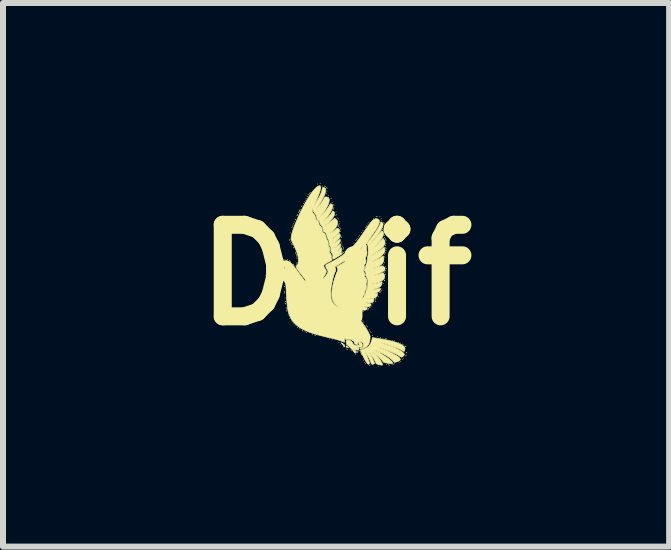
<source format=kicad_pcb>
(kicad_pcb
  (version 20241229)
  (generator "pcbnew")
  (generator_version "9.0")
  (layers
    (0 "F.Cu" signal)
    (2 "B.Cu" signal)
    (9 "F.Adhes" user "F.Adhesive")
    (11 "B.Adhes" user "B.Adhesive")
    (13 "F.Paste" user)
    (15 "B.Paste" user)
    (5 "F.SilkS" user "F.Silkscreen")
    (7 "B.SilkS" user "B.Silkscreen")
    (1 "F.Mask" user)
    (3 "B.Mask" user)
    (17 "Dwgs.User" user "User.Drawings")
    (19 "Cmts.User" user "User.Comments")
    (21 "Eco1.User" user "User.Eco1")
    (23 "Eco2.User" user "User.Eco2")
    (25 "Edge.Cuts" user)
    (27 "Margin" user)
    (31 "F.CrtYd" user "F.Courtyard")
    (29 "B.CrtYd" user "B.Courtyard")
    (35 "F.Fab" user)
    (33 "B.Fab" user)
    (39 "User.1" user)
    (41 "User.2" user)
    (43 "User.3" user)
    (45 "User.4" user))
  (footprint "Duif"
    (layer "F.Cu")
    (at 2.547 1.529)
    (property "Reference" "Duif" (at 0 0 0) (layer "F.SilkS") (effects (font (size 1.524 1.524) (thickness 0.3))))
    (attr through_hole)
    (fp_poly (pts (xy -1.173 0.015) (xy -1.175 0.017) (xy -1.177 0.015) (xy -1.175 0.013) (xy -1.173 0.015)) (stroke (width 0.01) (type solid)) (fill yes) (layer "F.SilkS"))
    (fp_poly (pts (xy -1.13 0.036) (xy -1.132 0.038) (xy -1.135 0.036) (xy -1.132 0.034) (xy -1.13 0.036)) (stroke (width 0.01) (type solid)) (fill yes) (layer "F.SilkS"))
    (fp_poly (pts (xy -1.118 0.028) (xy -1.12 0.03) (xy -1.122 0.028) (xy -1.12 0.025) (xy -1.118 0.028)) (stroke (width 0.01) (type solid)) (fill yes) (layer "F.SilkS"))
    (fp_poly (pts (xy -1.101 -0.061) (xy -1.103 -0.059) (xy -1.105 -0.061) (xy -1.103 -0.064) (xy -1.101 -0.061)) (stroke (width 0.01) (type solid)) (fill yes) (layer "F.SilkS"))
    (fp_poly (pts (xy -1.088 -0.07) (xy -1.09 -0.068) (xy -1.092 -0.07) (xy -1.09 -0.072) (xy -1.088 -0.07)) (stroke (width 0.01) (type solid)) (fill yes) (layer "F.SilkS"))
    (fp_poly (pts (xy -1.058 -0.095) (xy -1.06 -0.093) (xy -1.063 -0.095) (xy -1.06 -0.097) (xy -1.058 -0.095)) (stroke (width 0.01) (type solid)) (fill yes) (layer "F.SilkS"))
    (fp_poly (pts (xy -1.046 -0.129) (xy -1.048 -0.127) (xy -1.05 -0.129) (xy -1.048 -0.131) (xy -1.046 -0.129)) (stroke (width 0.01) (type solid)) (fill yes) (layer "F.SilkS"))
    (fp_poly (pts (xy -1.029 -0.163) (xy -1.031 -0.161) (xy -1.033 -0.163) (xy -1.031 -0.165) (xy -1.029 -0.163)) (stroke (width 0.01) (type solid)) (fill yes) (layer "F.SilkS"))
    (fp_poly (pts (xy -1.02 -0.176) (xy -1.022 -0.174) (xy -1.024 -0.176) (xy -1.022 -0.178) (xy -1.02 -0.176)) (stroke (width 0.01) (type solid)) (fill yes) (layer "F.SilkS"))
    (fp_poly (pts (xy -1.02 0.036) (xy -1.022 0.038) (xy -1.024 0.036) (xy -1.022 0.034) (xy -1.02 0.036)) (stroke (width 0.01) (type solid)) (fill yes) (layer "F.SilkS"))
    (fp_poly (pts (xy -0.965 -0.222) (xy -0.967 -0.22) (xy -0.969 -0.222) (xy -0.967 -0.224) (xy -0.965 -0.222)) (stroke (width 0.01) (type solid)) (fill yes) (layer "F.SilkS"))
    (fp_poly (pts (xy -0.948 -0.231) (xy -0.95 -0.229) (xy -0.953 -0.231) (xy -0.95 -0.233) (xy -0.948 -0.231)) (stroke (width 0.01) (type solid)) (fill yes) (layer "F.SilkS"))
    (fp_poly (pts (xy -0.931 0.066) (xy -0.933 0.068) (xy -0.936 0.066) (xy -0.933 0.064) (xy -0.931 0.066)) (stroke (width 0.01) (type solid)) (fill yes) (layer "F.SilkS"))
    (fp_poly (pts (xy -0.876 -0.252) (xy -0.878 -0.25) (xy -0.881 -0.252) (xy -0.878 -0.254) (xy -0.876 -0.252)) (stroke (width 0.01) (type solid)) (fill yes) (layer "F.SilkS"))
    (fp_poly (pts (xy -0.859 0.277) (xy -0.861 0.279) (xy -0.864 0.277) (xy -0.861 0.275) (xy -0.859 0.277)) (stroke (width 0.01) (type solid)) (fill yes) (layer "F.SilkS"))
    (fp_poly (pts (xy -0.851 0.294) (xy -0.853 0.296) (xy -0.855 0.294) (xy -0.853 0.292) (xy -0.851 0.294)) (stroke (width 0.01) (type solid)) (fill yes) (layer "F.SilkS"))
    (fp_poly (pts (xy -0.851 0.303) (xy -0.853 0.305) (xy -0.855 0.303) (xy -0.853 0.301) (xy -0.851 0.303)) (stroke (width 0.01) (type solid)) (fill yes) (layer "F.SilkS"))
    (fp_poly (pts (xy -0.847 -0.256) (xy -0.849 -0.254) (xy -0.851 -0.256) (xy -0.849 -0.258) (xy -0.847 -0.256)) (stroke (width 0.01) (type solid)) (fill yes) (layer "F.SilkS"))
    (fp_poly (pts (xy -0.847 0.383) (xy -0.849 0.385) (xy -0.851 0.383) (xy -0.849 0.381) (xy -0.847 0.383)) (stroke (width 0.01) (type solid)) (fill yes) (layer "F.SilkS"))
    (fp_poly (pts (xy -0.847 0.472) (xy -0.849 0.474) (xy -0.851 0.472) (xy -0.849 0.47) (xy -0.847 0.472)) (stroke (width 0.01) (type solid)) (fill yes) (layer "F.SilkS"))
    (fp_poly (pts (xy -0.83 0.544) (xy -0.832 0.546) (xy -0.834 0.544) (xy -0.832 0.542) (xy -0.83 0.544)) (stroke (width 0.01) (type solid)) (fill yes) (layer "F.SilkS"))
    (fp_poly (pts (xy -0.826 0.565) (xy -0.828 0.567) (xy -0.83 0.565) (xy -0.828 0.563) (xy -0.826 0.565)) (stroke (width 0.01) (type solid)) (fill yes) (layer "F.SilkS"))
    (fp_poly (pts (xy -0.821 0.586) (xy -0.823 0.588) (xy -0.826 0.586) (xy -0.823 0.584) (xy -0.821 0.586)) (stroke (width 0.01) (type solid)) (fill yes) (layer "F.SilkS"))
    (fp_poly (pts (xy -0.817 0.603) (xy -0.819 0.605) (xy -0.821 0.603) (xy -0.819 0.601) (xy -0.817 0.603)) (stroke (width 0.01) (type solid)) (fill yes) (layer "F.SilkS"))
    (fp_poly (pts (xy -0.809 -0.256) (xy -0.811 -0.254) (xy -0.813 -0.256) (xy -0.811 -0.258) (xy -0.809 -0.256)) (stroke (width 0.01) (type solid)) (fill yes) (layer "F.SilkS"))
    (fp_poly (pts (xy -0.796 0.667) (xy -0.798 0.669) (xy -0.8 0.667) (xy -0.798 0.665) (xy -0.796 0.667)) (stroke (width 0.01) (type solid)) (fill yes) (layer "F.SilkS"))
    (fp_poly (pts (xy -0.775 -0.586) (xy -0.777 -0.584) (xy -0.779 -0.586) (xy -0.777 -0.588) (xy -0.775 -0.586)) (stroke (width 0.01) (type solid)) (fill yes) (layer "F.SilkS"))
    (fp_poly (pts (xy -0.775 -0.239) (xy -0.777 -0.237) (xy -0.779 -0.239) (xy -0.777 -0.241) (xy -0.775 -0.239)) (stroke (width 0.01) (type solid)) (fill yes) (layer "F.SilkS"))
    (fp_poly (pts (xy -0.77 -0.578) (xy -0.773 -0.576) (xy -0.775 -0.578) (xy -0.773 -0.58) (xy -0.77 -0.578)) (stroke (width 0.01) (type solid)) (fill yes) (layer "F.SilkS"))
    (fp_poly (pts (xy -0.766 0.726) (xy -0.768 0.728) (xy -0.77 0.726) (xy -0.768 0.724) (xy -0.766 0.726)) (stroke (width 0.01) (type solid)) (fill yes) (layer "F.SilkS"))
    (fp_poly (pts (xy -0.762 -0.701) (xy -0.764 -0.699) (xy -0.766 -0.701) (xy -0.764 -0.703) (xy -0.762 -0.701)) (stroke (width 0.01) (type solid)) (fill yes) (layer "F.SilkS"))
    (fp_poly (pts (xy -0.758 -0.226) (xy -0.76 -0.224) (xy -0.762 -0.226) (xy -0.76 -0.229) (xy -0.758 -0.226)) (stroke (width 0.01) (type solid)) (fill yes) (layer "F.SilkS"))
    (fp_poly (pts (xy -0.754 -0.548) (xy -0.756 -0.546) (xy -0.758 -0.548) (xy -0.756 -0.55) (xy -0.754 -0.548)) (stroke (width 0.01) (type solid)) (fill yes) (layer "F.SilkS"))
    (fp_poly (pts (xy -0.741 0.764) (xy -0.743 0.766) (xy -0.745 0.764) (xy -0.743 0.762) (xy -0.741 0.764)) (stroke (width 0.01) (type solid)) (fill yes) (layer "F.SilkS"))
    (fp_poly (pts (xy -0.737 -0.519) (xy -0.739 -0.516) (xy -0.741 -0.519) (xy -0.739 -0.521) (xy -0.737 -0.519)) (stroke (width 0.01) (type solid)) (fill yes) (layer "F.SilkS"))
    (fp_poly (pts (xy -0.732 -0.79) (xy -0.734 -0.787) (xy -0.737 -0.79) (xy -0.734 -0.792) (xy -0.732 -0.79)) (stroke (width 0.01) (type solid)) (fill yes) (layer "F.SilkS"))
    (fp_poly (pts (xy -0.732 -0.51) (xy -0.734 -0.508) (xy -0.737 -0.51) (xy -0.734 -0.512) (xy -0.732 -0.51)) (stroke (width 0.01) (type solid)) (fill yes) (layer "F.SilkS"))
    (fp_poly (pts (xy -0.728 -0.502) (xy -0.73 -0.5) (xy -0.732 -0.502) (xy -0.73 -0.504) (xy -0.728 -0.502)) (stroke (width 0.01) (type solid)) (fill yes) (layer "F.SilkS"))
    (fp_poly (pts (xy -0.728 0.781) (xy -0.73 0.783) (xy -0.732 0.781) (xy -0.73 0.779) (xy -0.728 0.781)) (stroke (width 0.01) (type solid)) (fill yes) (layer "F.SilkS"))
    (fp_poly (pts (xy -0.724 -0.811) (xy -0.726 -0.809) (xy -0.728 -0.811) (xy -0.726 -0.813) (xy -0.724 -0.811)) (stroke (width 0.01) (type solid)) (fill yes) (layer "F.SilkS"))
    (fp_poly (pts (xy -0.715 -0.832) (xy -0.718 -0.83) (xy -0.72 -0.832) (xy -0.718 -0.834) (xy -0.715 -0.832)) (stroke (width 0.01) (type solid)) (fill yes) (layer "F.SilkS"))
    (fp_poly (pts (xy -0.711 0.802) (xy -0.713 0.804) (xy -0.715 0.802) (xy -0.713 0.8) (xy -0.711 0.802)) (stroke (width 0.01) (type solid)) (fill yes) (layer "F.SilkS"))
    (fp_poly (pts (xy -0.707 -0.853) (xy -0.709 -0.851) (xy -0.711 -0.853) (xy -0.709 -0.855) (xy -0.707 -0.853)) (stroke (width 0.01) (type solid)) (fill yes) (layer "F.SilkS"))
    (fp_poly (pts (xy -0.707 -0.459) (xy -0.709 -0.457) (xy -0.711 -0.459) (xy -0.709 -0.461) (xy -0.707 -0.459)) (stroke (width 0.01) (type solid)) (fill yes) (layer "F.SilkS"))
    (fp_poly (pts (xy -0.703 -0.451) (xy -0.705 -0.449) (xy -0.707 -0.451) (xy -0.705 -0.453) (xy -0.703 -0.451)) (stroke (width 0.01) (type solid)) (fill yes) (layer "F.SilkS"))
    (fp_poly (pts (xy -0.694 -0.883) (xy -0.696 -0.881) (xy -0.699 -0.883) (xy -0.696 -0.885) (xy -0.694 -0.883)) (stroke (width 0.01) (type solid)) (fill yes) (layer "F.SilkS"))
    (fp_poly (pts (xy -0.686 -0.15) (xy -0.688 -0.148) (xy -0.69 -0.15) (xy -0.688 -0.152) (xy -0.686 -0.15)) (stroke (width 0.01) (type solid)) (fill yes) (layer "F.SilkS"))
    (fp_poly (pts (xy -0.682 0.836) (xy -0.684 0.838) (xy -0.686 0.836) (xy -0.684 0.834) (xy -0.682 0.836)) (stroke (width 0.01) (type solid)) (fill yes) (layer "F.SilkS"))
    (fp_poly (pts (xy -0.677 -0.921) (xy -0.679 -0.919) (xy -0.682 -0.921) (xy -0.679 -0.923) (xy -0.677 -0.921)) (stroke (width 0.01) (type solid)) (fill yes) (layer "F.SilkS"))
    (fp_poly (pts (xy -0.673 -0.929) (xy -0.675 -0.927) (xy -0.677 -0.929) (xy -0.675 -0.931) (xy -0.673 -0.929)) (stroke (width 0.01) (type solid)) (fill yes) (layer "F.SilkS"))
    (fp_poly (pts (xy -0.673 -0.379) (xy -0.675 -0.377) (xy -0.677 -0.379) (xy -0.675 -0.381) (xy -0.673 -0.379)) (stroke (width 0.01) (type solid)) (fill yes) (layer "F.SilkS"))
    (fp_poly (pts (xy -0.669 -0.366) (xy -0.671 -0.364) (xy -0.673 -0.366) (xy -0.671 -0.368) (xy -0.669 -0.366)) (stroke (width 0.01) (type solid)) (fill yes) (layer "F.SilkS"))
    (fp_poly (pts (xy -0.665 -0.353) (xy -0.667 -0.351) (xy -0.669 -0.353) (xy -0.667 -0.356) (xy -0.665 -0.353)) (stroke (width 0.01) (type solid)) (fill yes) (layer "F.SilkS"))
    (fp_poly (pts (xy -0.665 -0.142) (xy -0.667 -0.14) (xy -0.669 -0.142) (xy -0.667 -0.144) (xy -0.665 -0.142)) (stroke (width 0.01) (type solid)) (fill yes) (layer "F.SilkS"))
    (fp_poly (pts (xy -0.66 -0.337) (xy -0.663 -0.334) (xy -0.665 -0.337) (xy -0.663 -0.339) (xy -0.66 -0.337)) (stroke (width 0.01) (type solid)) (fill yes) (layer "F.SilkS"))
    (fp_poly (pts (xy -0.66 -0.155) (xy -0.663 -0.152) (xy -0.665 -0.155) (xy -0.663 -0.157) (xy -0.66 -0.155)) (stroke (width 0.01) (type solid)) (fill yes) (layer "F.SilkS"))
    (fp_poly (pts (xy -0.656 -0.32) (xy -0.658 -0.318) (xy -0.66 -0.32) (xy -0.658 -0.322) (xy -0.656 -0.32)) (stroke (width 0.01) (type solid)) (fill yes) (layer "F.SilkS"))
    (fp_poly (pts (xy -0.656 -0.167) (xy -0.658 -0.165) (xy -0.66 -0.167) (xy -0.658 -0.169) (xy -0.656 -0.167)) (stroke (width 0.01) (type solid)) (fill yes) (layer "F.SilkS"))
    (fp_poly (pts (xy -0.652 -0.298) (xy -0.654 -0.296) (xy -0.656 -0.298) (xy -0.654 -0.301) (xy -0.652 -0.298)) (stroke (width 0.01) (type solid)) (fill yes) (layer "F.SilkS"))
    (fp_poly (pts (xy -0.652 -0.184) (xy -0.654 -0.182) (xy -0.656 -0.184) (xy -0.654 -0.186) (xy -0.652 -0.184)) (stroke (width 0.01) (type solid)) (fill yes) (layer "F.SilkS"))
    (fp_poly (pts (xy -0.648 -0.984) (xy -0.65 -0.982) (xy -0.652 -0.984) (xy -0.65 -0.986) (xy -0.648 -0.984)) (stroke (width 0.01) (type solid)) (fill yes) (layer "F.SilkS"))
    (fp_poly (pts (xy -0.648 -0.269) (xy -0.65 -0.267) (xy -0.652 -0.269) (xy -0.65 -0.271) (xy -0.648 -0.269)) (stroke (width 0.01) (type solid)) (fill yes) (layer "F.SilkS"))
    (fp_poly (pts (xy -0.648 -0.21) (xy -0.65 -0.207) (xy -0.652 -0.21) (xy -0.65 -0.212) (xy -0.648 -0.21)) (stroke (width 0.01) (type solid)) (fill yes) (layer "F.SilkS"))
    (fp_poly (pts (xy -0.643 -0.993) (xy -0.646 -0.991) (xy -0.648 -0.993) (xy -0.646 -0.995) (xy -0.643 -0.993)) (stroke (width 0.01) (type solid)) (fill yes) (layer "F.SilkS"))
    (fp_poly (pts (xy -0.643 0.874) (xy -0.646 0.876) (xy -0.648 0.874) (xy -0.646 0.872) (xy -0.643 0.874)) (stroke (width 0.01) (type solid)) (fill yes) (layer "F.SilkS"))
    (fp_poly (pts (xy -0.639 -1.001) (xy -0.641 -0.999) (xy -0.643 -1.001) (xy -0.641 -1.003) (xy -0.639 -1.001)) (stroke (width 0.01) (type solid)) (fill yes) (layer "F.SilkS"))
    (fp_poly (pts (xy -0.635 -1.01) (xy -0.637 -1.008) (xy -0.639 -1.01) (xy -0.637 -1.012) (xy -0.635 -1.01)) (stroke (width 0.01) (type solid)) (fill yes) (layer "F.SilkS"))
    (fp_poly (pts (xy -0.618 -1.044) (xy -0.62 -1.041) (xy -0.622 -1.044) (xy -0.62 -1.046) (xy -0.618 -1.044)) (stroke (width 0.01) (type solid)) (fill yes) (layer "F.SilkS"))
    (fp_poly (pts (xy -0.614 -1.052) (xy -0.616 -1.05) (xy -0.618 -1.052) (xy -0.616 -1.054) (xy -0.614 -1.052)) (stroke (width 0.01) (type solid)) (fill yes) (layer "F.SilkS"))
    (fp_poly (pts (xy -0.61 -1.06) (xy -0.612 -1.058) (xy -0.614 -1.06) (xy -0.612 -1.063) (xy -0.61 -1.06)) (stroke (width 0.01) (type solid)) (fill yes) (layer "F.SilkS"))
    (fp_poly (pts (xy -0.61 0.9) (xy -0.612 0.902) (xy -0.614 0.9) (xy -0.612 0.897) (xy -0.61 0.9)) (stroke (width 0.01) (type solid)) (fill yes) (layer "F.SilkS"))
    (fp_poly (pts (xy -0.605 -1.069) (xy -0.607 -1.067) (xy -0.61 -1.069) (xy -0.607 -1.071) (xy -0.605 -1.069)) (stroke (width 0.01) (type solid)) (fill yes) (layer "F.SilkS"))
    (fp_poly (pts (xy -0.601 -1.077) (xy -0.603 -1.075) (xy -0.605 -1.077) (xy -0.603 -1.08) (xy -0.601 -1.077)) (stroke (width 0.01) (type solid)) (fill yes) (layer "F.SilkS"))
    (fp_poly (pts (xy -0.597 -1.086) (xy -0.599 -1.084) (xy -0.601 -1.086) (xy -0.599 -1.088) (xy -0.597 -1.086)) (stroke (width 0.01) (type solid)) (fill yes) (layer "F.SilkS"))
    (fp_poly (pts (xy -0.567 -1.141) (xy -0.569 -1.139) (xy -0.572 -1.141) (xy -0.569 -1.143) (xy -0.567 -1.141)) (stroke (width 0.01) (type solid)) (fill yes) (layer "F.SilkS"))
    (fp_poly (pts (xy -0.563 -1.149) (xy -0.565 -1.147) (xy -0.567 -1.149) (xy -0.565 -1.151) (xy -0.563 -1.149)) (stroke (width 0.01) (type solid)) (fill yes) (layer "F.SilkS"))
    (fp_poly (pts (xy -0.559 0.929) (xy -0.561 0.931) (xy -0.563 0.929) (xy -0.561 0.927) (xy -0.559 0.929)) (stroke (width 0.01) (type solid)) (fill yes) (layer "F.SilkS"))
    (fp_poly (pts (xy -0.55 0.933) (xy -0.552 0.936) (xy -0.555 0.933) (xy -0.552 0.931) (xy -0.55 0.933)) (stroke (width 0.01) (type solid)) (fill yes) (layer "F.SilkS"))
    (fp_poly (pts (xy -0.542 -1.187) (xy -0.544 -1.185) (xy -0.546 -1.187) (xy -0.544 -1.19) (xy -0.542 -1.187)) (stroke (width 0.01) (type solid)) (fill yes) (layer "F.SilkS"))
    (fp_poly (pts (xy -0.525 -1.217) (xy -0.527 -1.215) (xy -0.529 -1.217) (xy -0.527 -1.219) (xy -0.525 -1.217)) (stroke (width 0.01) (type solid)) (fill yes) (layer "F.SilkS"))
    (fp_poly (pts (xy -0.512 0.95) (xy -0.514 0.953) (xy -0.516 0.95) (xy -0.514 0.948) (xy -0.512 0.95)) (stroke (width 0.01) (type solid)) (fill yes) (layer "F.SilkS"))
    (fp_poly (pts (xy -0.508 -1.247) (xy -0.51 -1.245) (xy -0.512 -1.247) (xy -0.51 -1.249) (xy -0.508 -1.247)) (stroke (width 0.01) (type solid)) (fill yes) (layer "F.SilkS"))
    (fp_poly (pts (xy -0.495 -1.268) (xy -0.497 -1.266) (xy -0.5 -1.268) (xy -0.497 -1.27) (xy -0.495 -1.268)) (stroke (width 0.01) (type solid)) (fill yes) (layer "F.SilkS"))
    (fp_poly (pts (xy -0.491 0.959) (xy -0.493 0.961) (xy -0.495 0.959) (xy -0.493 0.957) (xy -0.491 0.959)) (stroke (width 0.01) (type solid)) (fill yes) (layer "F.SilkS"))
    (fp_poly (pts (xy -0.474 -1.302) (xy -0.476 -1.3) (xy -0.478 -1.302) (xy -0.476 -1.304) (xy -0.474 -1.302)) (stroke (width 0.01) (type solid)) (fill yes) (layer "F.SilkS"))
    (fp_poly (pts (xy -0.453 -1.336) (xy -0.455 -1.333) (xy -0.457 -1.336) (xy -0.455 -1.338) (xy -0.453 -1.336)) (stroke (width 0.01) (type solid)) (fill yes) (layer "F.SilkS"))
    (fp_poly (pts (xy -0.445 -1.348) (xy -0.447 -1.346) (xy -0.449 -1.348) (xy -0.447 -1.35) (xy -0.445 -1.348)) (stroke (width 0.01) (type solid)) (fill yes) (layer "F.SilkS"))
    (fp_poly (pts (xy -0.436 -1.361) (xy -0.438 -1.359) (xy -0.44 -1.361) (xy -0.438 -1.363) (xy -0.436 -1.361)) (stroke (width 0.01) (type solid)) (fill yes) (layer "F.SilkS"))
    (fp_poly (pts (xy -0.428 -1.374) (xy -0.43 -1.372) (xy -0.432 -1.374) (xy -0.43 -1.376) (xy -0.428 -1.374)) (stroke (width 0.01) (type solid)) (fill yes) (layer "F.SilkS"))
    (fp_poly (pts (xy -0.389 0.993) (xy -0.392 0.995) (xy -0.394 0.993) (xy -0.392 0.991) (xy -0.389 0.993)) (stroke (width 0.01) (type solid)) (fill yes) (layer "F.SilkS"))
    (fp_poly (pts (xy -0.36 1.001) (xy -0.362 1.003) (xy -0.364 1.001) (xy -0.362 0.999) (xy -0.36 1.001)) (stroke (width 0.01) (type solid)) (fill yes) (layer "F.SilkS"))
    (fp_poly (pts (xy -0.343 1.005) (xy -0.345 1.008) (xy -0.347 1.005) (xy -0.345 1.003) (xy -0.343 1.005)) (stroke (width 0.01) (type solid)) (fill yes) (layer "F.SilkS"))
    (fp_poly (pts (xy -0.309 -1.513) (xy -0.311 -1.511) (xy -0.313 -1.513) (xy -0.311 -1.516) (xy -0.309 -1.513)) (stroke (width 0.01) (type solid)) (fill yes) (layer "F.SilkS"))
    (fp_poly (pts (xy -0.262 -1.522) (xy -0.265 -1.52) (xy -0.267 -1.522) (xy -0.265 -1.524) (xy -0.262 -1.522)) (stroke (width 0.01) (type solid)) (fill yes) (layer "F.SilkS"))
    (fp_poly (pts (xy -0.229 -1.48) (xy -0.231 -1.477) (xy -0.233 -1.48) (xy -0.231 -1.482) (xy -0.229 -1.48)) (stroke (width 0.01) (type solid)) (fill yes) (layer "F.SilkS"))
    (fp_poly (pts (xy -0.186 -1.48) (xy -0.188 -1.477) (xy -0.191 -1.48) (xy -0.188 -1.482) (xy -0.186 -1.48)) (stroke (width 0.01) (type solid)) (fill yes) (layer "F.SilkS"))
    (fp_poly (pts (xy -0.174 -1.475) (xy -0.176 -1.473) (xy -0.178 -1.475) (xy -0.176 -1.477) (xy -0.174 -1.475)) (stroke (width 0.01) (type solid)) (fill yes) (layer "F.SilkS"))
    (fp_poly (pts (xy -0.161 -1.348) (xy -0.163 -1.346) (xy -0.165 -1.348) (xy -0.163 -1.35) (xy -0.161 -1.348)) (stroke (width 0.01) (type solid)) (fill yes) (layer "F.SilkS"))
    (fp_poly (pts (xy -0.157 -1.361) (xy -0.159 -1.359) (xy -0.161 -1.361) (xy -0.159 -1.363) (xy -0.157 -1.361)) (stroke (width 0.01) (type solid)) (fill yes) (layer "F.SilkS"))
    (fp_poly (pts (xy -0.152 -1.454) (xy -0.155 -1.452) (xy -0.157 -1.454) (xy -0.155 -1.456) (xy -0.152 -1.454)) (stroke (width 0.01) (type solid)) (fill yes) (layer "F.SilkS"))
    (fp_poly (pts (xy -0.148 -1.441) (xy -0.15 -1.439) (xy -0.152 -1.441) (xy -0.15 -1.444) (xy -0.148 -1.441)) (stroke (width 0.01) (type solid)) (fill yes) (layer "F.SilkS"))
    (fp_poly (pts (xy -0.148 -1.395) (xy -0.15 -1.393) (xy -0.152 -1.395) (xy -0.15 -1.397) (xy -0.148 -1.395)) (stroke (width 0.01) (type solid)) (fill yes) (layer "F.SilkS"))
    (fp_poly (pts (xy -0.123 -1.319) (xy -0.125 -1.317) (xy -0.127 -1.319) (xy -0.125 -1.321) (xy -0.123 -1.319)) (stroke (width 0.01) (type solid)) (fill yes) (layer "F.SilkS"))
    (fp_poly (pts (xy -0.11 1.065) (xy -0.112 1.067) (xy -0.114 1.065) (xy -0.112 1.063) (xy -0.11 1.065)) (stroke (width 0.01) (type solid)) (fill yes) (layer "F.SilkS"))
    (fp_poly (pts (xy -0.08 -1.272) (xy -0.083 -1.27) (xy -0.085 -1.272) (xy -0.083 -1.274) (xy -0.08 -1.272)) (stroke (width 0.01) (type solid)) (fill yes) (layer "F.SilkS"))
    (fp_poly (pts (xy -0.064 -1.209) (xy -0.066 -1.206) (xy -0.068 -1.209) (xy -0.066 -1.211) (xy -0.064 -1.209)) (stroke (width 0.01) (type solid)) (fill yes) (layer "F.SilkS"))
    (fp_poly (pts (xy -0.051 1.082) (xy -0.053 1.084) (xy -0.055 1.082) (xy -0.053 1.079) (xy -0.051 1.082)) (stroke (width 0.01) (type solid)) (fill yes) (layer "F.SilkS"))
    (fp_poly (pts (xy -0.038 -1.175) (xy -0.04 -1.173) (xy -0.042 -1.175) (xy -0.04 -1.177) (xy -0.038 -1.175)) (stroke (width 0.01) (type solid)) (fill yes) (layer "F.SilkS"))
    (fp_poly (pts (xy -0.038 -1.107) (xy -0.04 -1.105) (xy -0.042 -1.107) (xy -0.04 -1.109) (xy -0.038 -1.107)) (stroke (width 0.01) (type solid)) (fill yes) (layer "F.SilkS"))
    (fp_poly (pts (xy -0.038 -1.094) (xy -0.04 -1.092) (xy -0.042 -1.094) (xy -0.04 -1.096) (xy -0.038 -1.094)) (stroke (width 0.01) (type solid)) (fill yes) (layer "F.SilkS"))
    (fp_poly (pts (xy -0.034 -1.158) (xy -0.036 -1.156) (xy -0.038 -1.158) (xy -0.036 -1.16) (xy -0.034 -1.158)) (stroke (width 0.01) (type solid)) (fill yes) (layer "F.SilkS"))
    (fp_poly (pts (xy -0.034 -1.128) (xy -0.036 -1.126) (xy -0.038 -1.128) (xy -0.036 -1.13) (xy -0.034 -1.128)) (stroke (width 0.01) (type solid)) (fill yes) (layer "F.SilkS"))
    (fp_poly (pts (xy 0 -1.048) (xy -0.002 -1.046) (xy -0.004 -1.048) (xy -0.002 -1.05) (xy 0 -1.048)) (stroke (width 0.01) (type solid)) (fill yes) (layer "F.SilkS"))
    (fp_poly (pts (xy 0 -0.988) (xy -0.002 -0.986) (xy -0.004 -0.988) (xy -0.002 -0.991) (xy 0 -0.988)) (stroke (width 0.01) (type solid)) (fill yes) (layer "F.SilkS"))
    (fp_poly (pts (xy 0.004 -1.005) (xy 0.002 -1.003) (xy 0 -1.005) (xy 0.002 -1.008) (xy 0.004 -1.005)) (stroke (width 0.01) (type solid)) (fill yes) (layer "F.SilkS"))
    (fp_poly (pts (xy 0.021 -0.95) (xy 0.019 -0.948) (xy 0.017 -0.95) (xy 0.019 -0.953) (xy 0.021 -0.95)) (stroke (width 0.01) (type solid)) (fill yes) (layer "F.SilkS"))
    (fp_poly (pts (xy 0.038 -0.933) (xy 0.036 -0.931) (xy 0.034 -0.933) (xy 0.036 -0.936) (xy 0.038 -0.933)) (stroke (width 0.01) (type solid)) (fill yes) (layer "F.SilkS"))
    (fp_poly (pts (xy 0.047 -0.823) (xy 0.044 -0.821) (xy 0.042 -0.823) (xy 0.044 -0.826) (xy 0.047 -0.823)) (stroke (width 0.01) (type solid)) (fill yes) (layer "F.SilkS"))
    (fp_poly (pts (xy 0.047 -0.806) (xy 0.044 -0.804) (xy 0.042 -0.806) (xy 0.044 -0.809) (xy 0.047 -0.806)) (stroke (width 0.01) (type solid)) (fill yes) (layer "F.SilkS"))
    (fp_poly (pts (xy 0.051 -0.836) (xy 0.049 -0.834) (xy 0.047 -0.836) (xy 0.049 -0.838) (xy 0.051 -0.836)) (stroke (width 0.01) (type solid)) (fill yes) (layer "F.SilkS"))
    (fp_poly (pts (xy 0.051 1.128) (xy 0.049 1.13) (xy 0.047 1.128) (xy 0.049 1.126) (xy 0.051 1.128)) (stroke (width 0.01) (type solid)) (fill yes) (layer "F.SilkS"))
    (fp_poly (pts (xy 0.055 -0.895) (xy 0.053 -0.893) (xy 0.051 -0.895) (xy 0.053 -0.897) (xy 0.055 -0.895)) (stroke (width 0.01) (type solid)) (fill yes) (layer "F.SilkS"))
    (fp_poly (pts (xy 0.055 -0.853) (xy 0.053 -0.851) (xy 0.051 -0.853) (xy 0.053 -0.855) (xy 0.055 -0.853)) (stroke (width 0.01) (type solid)) (fill yes) (layer "F.SilkS"))
    (fp_poly (pts (xy 0.064 -0.794) (xy 0.061 -0.792) (xy 0.059 -0.794) (xy 0.061 -0.796) (xy 0.064 -0.794)) (stroke (width 0.01) (type solid)) (fill yes) (layer "F.SilkS"))
    (fp_poly (pts (xy 0.076 -0.777) (xy 0.074 -0.775) (xy 0.072 -0.777) (xy 0.074 -0.779) (xy 0.076 -0.777)) (stroke (width 0.01) (type solid)) (fill yes) (layer "F.SilkS"))
    (fp_poly (pts (xy 0.076 -0.726) (xy 0.074 -0.724) (xy 0.072 -0.726) (xy 0.074 -0.728) (xy 0.076 -0.726)) (stroke (width 0.01) (type solid)) (fill yes) (layer "F.SilkS"))
    (fp_poly (pts (xy 0.08 -0.764) (xy 0.078 -0.762) (xy 0.076 -0.764) (xy 0.078 -0.766) (xy 0.08 -0.764)) (stroke (width 0.01) (type solid)) (fill yes) (layer "F.SilkS"))
    (fp_poly (pts (xy 0.08 1.154) (xy 0.078 1.156) (xy 0.076 1.154) (xy 0.078 1.151) (xy 0.08 1.154)) (stroke (width 0.01) (type solid)) (fill yes) (layer "F.SilkS"))
    (fp_poly (pts (xy 0.093 -0.633) (xy 0.091 -0.631) (xy 0.089 -0.633) (xy 0.091 -0.635) (xy 0.093 -0.633)) (stroke (width 0.01) (type solid)) (fill yes) (layer "F.SilkS"))
    (fp_poly (pts (xy 0.093 -0.624) (xy 0.091 -0.622) (xy 0.089 -0.624) (xy 0.091 -0.627) (xy 0.093 -0.624)) (stroke (width 0.01) (type solid)) (fill yes) (layer "F.SilkS"))
    (fp_poly (pts (xy 0.093 -0.548) (xy 0.091 -0.546) (xy 0.089 -0.548) (xy 0.091 -0.55) (xy 0.093 -0.548)) (stroke (width 0.01) (type solid)) (fill yes) (layer "F.SilkS"))
    (fp_poly (pts (xy 0.097 -0.531) (xy 0.095 -0.529) (xy 0.093 -0.531) (xy 0.095 -0.533) (xy 0.097 -0.531)) (stroke (width 0.01) (type solid)) (fill yes) (layer "F.SilkS"))
    (fp_poly (pts (xy 0.102 -0.497) (xy 0.099 -0.495) (xy 0.097 -0.497) (xy 0.099 -0.5) (xy 0.102 -0.497)) (stroke (width 0.01) (type solid)) (fill yes) (layer "F.SilkS"))
    (fp_poly (pts (xy 0.114 -0.476) (xy 0.112 -0.474) (xy 0.11 -0.476) (xy 0.112 -0.478) (xy 0.114 -0.476)) (stroke (width 0.01) (type solid)) (fill yes) (layer "F.SilkS"))
    (fp_poly (pts (xy 0.119 -0.421) (xy 0.116 -0.419) (xy 0.114 -0.421) (xy 0.116 -0.423) (xy 0.119 -0.421)) (stroke (width 0.01) (type solid)) (fill yes) (layer "F.SilkS"))
    (fp_poly (pts (xy 0.123 -0.438) (xy 0.121 -0.436) (xy 0.119 -0.438) (xy 0.121 -0.44) (xy 0.123 -0.438)) (stroke (width 0.01) (type solid)) (fill yes) (layer "F.SilkS"))
    (fp_poly (pts (xy 0.127 1.2) (xy 0.125 1.202) (xy 0.123 1.2) (xy 0.125 1.198) (xy 0.127 1.2)) (stroke (width 0.01) (type solid)) (fill yes) (layer "F.SilkS"))
    (fp_poly (pts (xy 0.144 -0.383) (xy 0.142 -0.381) (xy 0.14 -0.383) (xy 0.142 -0.385) (xy 0.144 -0.383)) (stroke (width 0.01) (type solid)) (fill yes) (layer "F.SilkS"))
    (fp_poly (pts (xy 0.161 -0.396) (xy 0.159 -0.394) (xy 0.157 -0.396) (xy 0.159 -0.398) (xy 0.161 -0.396)) (stroke (width 0.01) (type solid)) (fill yes) (layer "F.SilkS"))
    (fp_poly (pts (xy 0.169 1.234) (xy 0.167 1.236) (xy 0.165 1.234) (xy 0.167 1.232) (xy 0.169 1.234)) (stroke (width 0.01) (type solid)) (fill yes) (layer "F.SilkS"))
    (fp_poly (pts (xy 0.182 -0.413) (xy 0.18 -0.411) (xy 0.178 -0.413) (xy 0.18 -0.415) (xy 0.182 -0.413)) (stroke (width 0.01) (type solid)) (fill yes) (layer "F.SilkS"))
    (fp_poly (pts (xy 0.191 1.238) (xy 0.188 1.24) (xy 0.186 1.238) (xy 0.188 1.236) (xy 0.191 1.238)) (stroke (width 0.01) (type solid)) (fill yes) (layer "F.SilkS"))
    (fp_poly (pts (xy 0.203 -0.43) (xy 0.201 -0.428) (xy 0.199 -0.43) (xy 0.201 -0.432) (xy 0.203 -0.43)) (stroke (width 0.01) (type solid)) (fill yes) (layer "F.SilkS"))
    (fp_poly (pts (xy 0.233 1.247) (xy 0.231 1.249) (xy 0.229 1.247) (xy 0.231 1.245) (xy 0.233 1.247)) (stroke (width 0.01) (type solid)) (fill yes) (layer "F.SilkS"))
    (fp_poly (pts (xy 0.262 1.264) (xy 0.26 1.266) (xy 0.258 1.264) (xy 0.26 1.262) (xy 0.262 1.264)) (stroke (width 0.01) (type solid)) (fill yes) (layer "F.SilkS"))
    (fp_poly (pts (xy 0.301 -0.531) (xy 0.298 -0.529) (xy 0.296 -0.531) (xy 0.298 -0.533) (xy 0.301 -0.531)) (stroke (width 0.01) (type solid)) (fill yes) (layer "F.SilkS"))
    (fp_poly (pts (xy 0.326 1.323) (xy 0.324 1.325) (xy 0.322 1.323) (xy 0.324 1.321) (xy 0.326 1.323)) (stroke (width 0.01) (type solid)) (fill yes) (layer "F.SilkS"))
    (fp_poly (pts (xy 0.33 -0.569) (xy 0.328 -0.567) (xy 0.326 -0.569) (xy 0.328 -0.572) (xy 0.33 -0.569)) (stroke (width 0.01) (type solid)) (fill yes) (layer "F.SilkS"))
    (fp_poly (pts (xy 0.343 -0.586) (xy 0.341 -0.584) (xy 0.339 -0.586) (xy 0.341 -0.588) (xy 0.343 -0.586)) (stroke (width 0.01) (type solid)) (fill yes) (layer "F.SilkS"))
    (fp_poly (pts (xy 0.351 1.298) (xy 0.349 1.3) (xy 0.347 1.298) (xy 0.349 1.295) (xy 0.351 1.298)) (stroke (width 0.01) (type solid)) (fill yes) (layer "F.SilkS"))
    (fp_poly (pts (xy 0.356 -0.603) (xy 0.353 -0.601) (xy 0.351 -0.603) (xy 0.353 -0.605) (xy 0.356 -0.603)) (stroke (width 0.01) (type solid)) (fill yes) (layer "F.SilkS"))
    (fp_poly (pts (xy 0.356 1.289) (xy 0.353 1.291) (xy 0.351 1.289) (xy 0.353 1.287) (xy 0.356 1.289)) (stroke (width 0.01) (type solid)) (fill yes) (layer "F.SilkS"))
    (fp_poly (pts (xy 0.36 1.281) (xy 0.358 1.283) (xy 0.356 1.281) (xy 0.358 1.278) (xy 0.36 1.281)) (stroke (width 0.01) (type solid)) (fill yes) (layer "F.SilkS"))
    (fp_poly (pts (xy 0.368 1.272) (xy 0.366 1.274) (xy 0.364 1.272) (xy 0.366 1.27) (xy 0.368 1.272)) (stroke (width 0.01) (type solid)) (fill yes) (layer "F.SilkS"))
    (fp_poly (pts (xy 0.377 -0.633) (xy 0.375 -0.631) (xy 0.373 -0.633) (xy 0.375 -0.635) (xy 0.377 -0.633)) (stroke (width 0.01) (type solid)) (fill yes) (layer "F.SilkS"))
    (fp_poly (pts (xy 0.381 0.684) (xy 0.379 0.686) (xy 0.377 0.684) (xy 0.379 0.682) (xy 0.381 0.684)) (stroke (width 0.01) (type solid)) (fill yes) (layer "F.SilkS"))
    (fp_poly (pts (xy 0.381 1.264) (xy 0.379 1.266) (xy 0.377 1.264) (xy 0.379 1.262) (xy 0.381 1.264)) (stroke (width 0.01) (type solid)) (fill yes) (layer "F.SilkS"))
    (fp_poly (pts (xy 0.398 -0.663) (xy 0.396 -0.66) (xy 0.394 -0.663) (xy 0.396 -0.665) (xy 0.398 -0.663)) (stroke (width 0.01) (type solid)) (fill yes) (layer "F.SilkS"))
    (fp_poly (pts (xy 0.398 1.259) (xy 0.396 1.262) (xy 0.394 1.259) (xy 0.396 1.257) (xy 0.398 1.259)) (stroke (width 0.01) (type solid)) (fill yes) (layer "F.SilkS"))
    (fp_poly (pts (xy 0.411 0.718) (xy 0.409 0.72) (xy 0.406 0.718) (xy 0.409 0.715) (xy 0.411 0.718)) (stroke (width 0.01) (type solid)) (fill yes) (layer "F.SilkS"))
    (fp_poly (pts (xy 0.415 1.293) (xy 0.413 1.295) (xy 0.411 1.293) (xy 0.413 1.291) (xy 0.415 1.293)) (stroke (width 0.01) (type solid)) (fill yes) (layer "F.SilkS"))
    (fp_poly (pts (xy 0.419 1.306) (xy 0.417 1.308) (xy 0.415 1.306) (xy 0.417 1.304) (xy 0.419 1.306)) (stroke (width 0.01) (type solid)) (fill yes) (layer "F.SilkS"))
    (fp_poly (pts (xy 0.423 1.319) (xy 0.421 1.321) (xy 0.419 1.319) (xy 0.421 1.317) (xy 0.423 1.319)) (stroke (width 0.01) (type solid)) (fill yes) (layer "F.SilkS"))
    (fp_poly (pts (xy 0.428 -0.705) (xy 0.425 -0.703) (xy 0.423 -0.705) (xy 0.425 -0.707) (xy 0.428 -0.705)) (stroke (width 0.01) (type solid)) (fill yes) (layer "F.SilkS"))
    (fp_poly (pts (xy 0.428 1.331) (xy 0.425 1.333) (xy 0.423 1.331) (xy 0.425 1.329) (xy 0.428 1.331)) (stroke (width 0.01) (type solid)) (fill yes) (layer "F.SilkS"))
    (fp_poly (pts (xy 0.432 0.743) (xy 0.43 0.745) (xy 0.428 0.743) (xy 0.43 0.741) (xy 0.432 0.743)) (stroke (width 0.01) (type solid)) (fill yes) (layer "F.SilkS"))
    (fp_poly (pts (xy 0.449 -0.734) (xy 0.447 -0.732) (xy 0.445 -0.734) (xy 0.447 -0.737) (xy 0.449 -0.734)) (stroke (width 0.01) (type solid)) (fill yes) (layer "F.SilkS"))
    (fp_poly (pts (xy 0.449 0.764) (xy 0.447 0.766) (xy 0.445 0.764) (xy 0.447 0.762) (xy 0.449 0.764)) (stroke (width 0.01) (type solid)) (fill yes) (layer "F.SilkS"))
    (fp_poly (pts (xy 0.453 0.607) (xy 0.451 0.61) (xy 0.449 0.607) (xy 0.451 0.605) (xy 0.453 0.607)) (stroke (width 0.01) (type solid)) (fill yes) (layer "F.SilkS"))
    (fp_poly (pts (xy 0.461 1.42) (xy 0.459 1.422) (xy 0.457 1.42) (xy 0.459 1.418) (xy 0.461 1.42)) (stroke (width 0.01) (type solid)) (fill yes) (layer "F.SilkS"))
    (fp_poly (pts (xy 0.466 0.785) (xy 0.464 0.787) (xy 0.461 0.785) (xy 0.464 0.783) (xy 0.466 0.785)) (stroke (width 0.01) (type solid)) (fill yes) (layer "F.SilkS"))
    (fp_poly (pts (xy 0.478 1.454) (xy 0.476 1.456) (xy 0.474 1.454) (xy 0.476 1.452) (xy 0.478 1.454)) (stroke (width 0.01) (type solid)) (fill yes) (layer "F.SilkS"))
    (fp_poly (pts (xy 0.491 -0.794) (xy 0.489 -0.792) (xy 0.487 -0.794) (xy 0.489 -0.796) (xy 0.491 -0.794)) (stroke (width 0.01) (type solid)) (fill yes) (layer "F.SilkS"))
    (fp_poly (pts (xy 0.495 1.48) (xy 0.493 1.482) (xy 0.491 1.48) (xy 0.493 1.477) (xy 0.495 1.48)) (stroke (width 0.01) (type solid)) (fill yes) (layer "F.SilkS"))
    (fp_poly (pts (xy 0.504 -0.811) (xy 0.502 -0.809) (xy 0.5 -0.811) (xy 0.502 -0.813) (xy 0.504 -0.811)) (stroke (width 0.01) (type solid)) (fill yes) (layer "F.SilkS"))
    (fp_poly (pts (xy 0.504 0.836) (xy 0.502 0.838) (xy 0.5 0.836) (xy 0.502 0.834) (xy 0.504 0.836)) (stroke (width 0.01) (type solid)) (fill yes) (layer "F.SilkS"))
    (fp_poly (pts (xy 0.516 -0.828) (xy 0.514 -0.826) (xy 0.512 -0.828) (xy 0.514 -0.83) (xy 0.516 -0.828)) (stroke (width 0.01) (type solid)) (fill yes) (layer "F.SilkS"))
    (fp_poly (pts (xy 0.516 0.853) (xy 0.514 0.855) (xy 0.512 0.853) (xy 0.514 0.851) (xy 0.516 0.853)) (stroke (width 0.01) (type solid)) (fill yes) (layer "F.SilkS"))
    (fp_poly (pts (xy 0.525 0.866) (xy 0.523 0.868) (xy 0.521 0.866) (xy 0.523 0.864) (xy 0.525 0.866)) (stroke (width 0.01) (type solid)) (fill yes) (layer "F.SilkS"))
    (fp_poly (pts (xy 0.529 0.582) (xy 0.527 0.584) (xy 0.525 0.582) (xy 0.527 0.58) (xy 0.529 0.582)) (stroke (width 0.01) (type solid)) (fill yes) (layer "F.SilkS"))
    (fp_poly (pts (xy 0.533 -0.849) (xy 0.531 -0.847) (xy 0.529 -0.849) (xy 0.531 -0.851) (xy 0.533 -0.849)) (stroke (width 0.01) (type solid)) (fill yes) (layer "F.SilkS"))
    (fp_poly (pts (xy 0.538 0.569) (xy 0.536 0.571) (xy 0.533 0.569) (xy 0.536 0.567) (xy 0.538 0.569)) (stroke (width 0.01) (type solid)) (fill yes) (layer "F.SilkS"))
    (fp_poly (pts (xy 0.542 0.561) (xy 0.54 0.563) (xy 0.538 0.561) (xy 0.54 0.559) (xy 0.542 0.561)) (stroke (width 0.01) (type solid)) (fill yes) (layer "F.SilkS"))
    (fp_poly (pts (xy 0.55 -0.87) (xy 0.548 -0.868) (xy 0.546 -0.87) (xy 0.548 -0.872) (xy 0.55 -0.87)) (stroke (width 0.01) (type solid)) (fill yes) (layer "F.SilkS"))
    (fp_poly (pts (xy 0.559 0.917) (xy 0.557 0.919) (xy 0.555 0.917) (xy 0.557 0.914) (xy 0.559 0.917)) (stroke (width 0.01) (type solid)) (fill yes) (layer "F.SilkS"))
    (fp_poly (pts (xy 0.559 1.505) (xy 0.557 1.507) (xy 0.555 1.505) (xy 0.557 1.503) (xy 0.559 1.505)) (stroke (width 0.01) (type solid)) (fill yes) (layer "F.SilkS"))
    (fp_poly (pts (xy 0.563 0.544) (xy 0.561 0.546) (xy 0.559 0.544) (xy 0.561 0.542) (xy 0.563 0.544)) (stroke (width 0.01) (type solid)) (fill yes) (layer "F.SilkS"))
    (fp_poly (pts (xy 0.567 1.501) (xy 0.565 1.503) (xy 0.563 1.501) (xy 0.565 1.499) (xy 0.567 1.501)) (stroke (width 0.01) (type solid)) (fill yes) (layer "F.SilkS"))
    (fp_poly (pts (xy 0.571 0.938) (xy 0.569 0.94) (xy 0.567 0.938) (xy 0.569 0.936) (xy 0.571 0.938)) (stroke (width 0.01) (type solid)) (fill yes) (layer "F.SilkS"))
    (fp_poly (pts (xy 0.58 0.536) (xy 0.578 0.538) (xy 0.576 0.536) (xy 0.578 0.533) (xy 0.58 0.536)) (stroke (width 0.01) (type solid)) (fill yes) (layer "F.SilkS"))
    (fp_poly (pts (xy 0.584 0.959) (xy 0.582 0.961) (xy 0.58 0.959) (xy 0.582 0.957) (xy 0.584 0.959)) (stroke (width 0.01) (type solid)) (fill yes) (layer "F.SilkS"))
    (fp_poly (pts (xy 0.597 0.519) (xy 0.595 0.521) (xy 0.593 0.519) (xy 0.595 0.516) (xy 0.597 0.519)) (stroke (width 0.01) (type solid)) (fill yes) (layer "F.SilkS"))
    (fp_poly (pts (xy 0.61 1.01) (xy 0.607 1.012) (xy 0.605 1.01) (xy 0.607 1.008) (xy 0.61 1.01)) (stroke (width 0.01) (type solid)) (fill yes) (layer "F.SilkS"))
    (fp_poly (pts (xy 0.618 0.48) (xy 0.616 0.483) (xy 0.614 0.48) (xy 0.616 0.478) (xy 0.618 0.48)) (stroke (width 0.01) (type solid)) (fill yes) (layer "F.SilkS"))
    (fp_poly (pts (xy 0.622 -0.942) (xy 0.62 -0.94) (xy 0.618 -0.942) (xy 0.62 -0.944) (xy 0.622 -0.942)) (stroke (width 0.01) (type solid)) (fill yes) (layer "F.SilkS"))
    (fp_poly (pts (xy 0.656 0.447) (xy 0.654 0.449) (xy 0.652 0.447) (xy 0.654 0.444) (xy 0.656 0.447)) (stroke (width 0.01) (type solid)) (fill yes) (layer "F.SilkS"))
    (fp_poly (pts (xy 0.66 0.434) (xy 0.658 0.436) (xy 0.656 0.434) (xy 0.658 0.432) (xy 0.66 0.434)) (stroke (width 0.01) (type solid)) (fill yes) (layer "F.SilkS"))
    (fp_poly (pts (xy 0.665 0.392) (xy 0.663 0.394) (xy 0.66 0.392) (xy 0.663 0.389) (xy 0.665 0.392)) (stroke (width 0.01) (type solid)) (fill yes) (layer "F.SilkS"))
    (fp_poly (pts (xy 0.673 -0.972) (xy 0.671 -0.969) (xy 0.669 -0.972) (xy 0.671 -0.974) (xy 0.673 -0.972)) (stroke (width 0.01) (type solid)) (fill yes) (layer "F.SilkS"))
    (fp_poly (pts (xy 0.686 -0.976) (xy 0.684 -0.974) (xy 0.682 -0.976) (xy 0.684 -0.978) (xy 0.686 -0.976)) (stroke (width 0.01) (type solid)) (fill yes) (layer "F.SilkS"))
    (fp_poly (pts (xy 0.69 1.031) (xy 0.688 1.033) (xy 0.686 1.031) (xy 0.688 1.029) (xy 0.69 1.031)) (stroke (width 0.01) (type solid)) (fill yes) (layer "F.SilkS"))
    (fp_poly (pts (xy 0.703 0.358) (xy 0.701 0.36) (xy 0.698 0.358) (xy 0.701 0.356) (xy 0.703 0.358)) (stroke (width 0.01) (type solid)) (fill yes) (layer "F.SilkS"))
    (fp_poly (pts (xy 0.707 1.518) (xy 0.705 1.52) (xy 0.703 1.518) (xy 0.705 1.516) (xy 0.707 1.518)) (stroke (width 0.01) (type solid)) (fill yes) (layer "F.SilkS"))
    (fp_poly (pts (xy 0.724 0.294) (xy 0.722 0.296) (xy 0.72 0.294) (xy 0.722 0.292) (xy 0.724 0.294)) (stroke (width 0.01) (type solid)) (fill yes) (layer "F.SilkS"))
    (fp_poly (pts (xy 0.732 -0.976) (xy 0.73 -0.974) (xy 0.728 -0.976) (xy 0.73 -0.978) (xy 0.732 -0.976)) (stroke (width 0.01) (type solid)) (fill yes) (layer "F.SilkS"))
    (fp_poly (pts (xy 0.737 0.286) (xy 0.734 0.288) (xy 0.732 0.286) (xy 0.734 0.284) (xy 0.737 0.286)) (stroke (width 0.01) (type solid)) (fill yes) (layer "F.SilkS"))
    (fp_poly (pts (xy 0.745 1.044) (xy 0.743 1.046) (xy 0.741 1.044) (xy 0.743 1.041) (xy 0.745 1.044)) (stroke (width 0.01) (type solid)) (fill yes) (layer "F.SilkS"))
    (fp_poly (pts (xy 0.749 0.273) (xy 0.747 0.275) (xy 0.745 0.273) (xy 0.747 0.271) (xy 0.749 0.273)) (stroke (width 0.01) (type solid)) (fill yes) (layer "F.SilkS"))
    (fp_poly (pts (xy 0.754 -0.938) (xy 0.751 -0.936) (xy 0.749 -0.938) (xy 0.751 -0.94) (xy 0.754 -0.938)) (stroke (width 0.01) (type solid)) (fill yes) (layer "F.SilkS"))
    (fp_poly (pts (xy 0.758 -0.908) (xy 0.756 -0.906) (xy 0.754 -0.908) (xy 0.756 -0.91) (xy 0.758 -0.908)) (stroke (width 0.01) (type solid)) (fill yes) (layer "F.SilkS"))
    (fp_poly (pts (xy 0.758 0.26) (xy 0.756 0.262) (xy 0.754 0.26) (xy 0.756 0.258) (xy 0.758 0.26)) (stroke (width 0.01) (type solid)) (fill yes) (layer "F.SilkS"))
    (fp_poly (pts (xy 0.766 0.235) (xy 0.764 0.237) (xy 0.762 0.235) (xy 0.764 0.233) (xy 0.766 0.235)) (stroke (width 0.01) (type solid)) (fill yes) (layer "F.SilkS"))
    (fp_poly (pts (xy 0.775 -0.756) (xy 0.773 -0.754) (xy 0.77 -0.756) (xy 0.773 -0.758) (xy 0.775 -0.756)) (stroke (width 0.01) (type solid)) (fill yes) (layer "F.SilkS"))
    (fp_poly (pts (xy 0.783 1.052) (xy 0.781 1.054) (xy 0.779 1.052) (xy 0.781 1.05) (xy 0.783 1.052)) (stroke (width 0.01) (type solid)) (fill yes) (layer "F.SilkS"))
    (fp_poly (pts (xy 0.792 -0.734) (xy 0.79 -0.732) (xy 0.787 -0.734) (xy 0.79 -0.737) (xy 0.792 -0.734)) (stroke (width 0.01) (type solid)) (fill yes) (layer "F.SilkS"))
    (fp_poly (pts (xy 0.792 -0.167) (xy 0.79 -0.165) (xy 0.787 -0.167) (xy 0.79 -0.169) (xy 0.792 -0.167)) (stroke (width 0.01) (type solid)) (fill yes) (layer "F.SilkS"))
    (fp_poly (pts (xy 0.796 -0.874) (xy 0.794 -0.872) (xy 0.792 -0.874) (xy 0.794 -0.876) (xy 0.796 -0.874)) (stroke (width 0.01) (type solid)) (fill yes) (layer "F.SilkS"))
    (fp_poly (pts (xy 0.796 0.146) (xy 0.794 0.148) (xy 0.792 0.146) (xy 0.794 0.144) (xy 0.796 0.146)) (stroke (width 0.01) (type solid)) (fill yes) (layer "F.SilkS"))
    (fp_poly (pts (xy 0.8 -0.866) (xy 0.798 -0.864) (xy 0.796 -0.866) (xy 0.798 -0.868) (xy 0.8 -0.866)) (stroke (width 0.01) (type solid)) (fill yes) (layer "F.SilkS"))
    (fp_poly (pts (xy 0.8 -0.722) (xy 0.798 -0.72) (xy 0.796 -0.722) (xy 0.798 -0.724) (xy 0.8 -0.722)) (stroke (width 0.01) (type solid)) (fill yes) (layer "F.SilkS"))
    (fp_poly (pts (xy 0.804 -0.849) (xy 0.802 -0.847) (xy 0.8 -0.849) (xy 0.802 -0.851) (xy 0.804 -0.849)) (stroke (width 0.01) (type solid)) (fill yes) (layer "F.SilkS"))
    (fp_poly (pts (xy 0.804 -0.828) (xy 0.802 -0.826) (xy 0.8 -0.828) (xy 0.802 -0.83) (xy 0.804 -0.828)) (stroke (width 0.01) (type solid)) (fill yes) (layer "F.SilkS"))
    (fp_poly (pts (xy 0.804 -0.713) (xy 0.802 -0.711) (xy 0.8 -0.713) (xy 0.802 -0.715) (xy 0.804 -0.713)) (stroke (width 0.01) (type solid)) (fill yes) (layer "F.SilkS"))
    (fp_poly (pts (xy 0.809 -0.701) (xy 0.806 -0.699) (xy 0.804 -0.701) (xy 0.806 -0.703) (xy 0.809 -0.701)) (stroke (width 0.01) (type solid)) (fill yes) (layer "F.SilkS"))
    (fp_poly (pts (xy 0.809 -0.658) (xy 0.806 -0.656) (xy 0.804 -0.658) (xy 0.806 -0.66) (xy 0.809 -0.658)) (stroke (width 0.01) (type solid)) (fill yes) (layer "F.SilkS"))
    (fp_poly (pts (xy 0.809 -0.345) (xy 0.806 -0.343) (xy 0.804 -0.345) (xy 0.806 -0.347) (xy 0.809 -0.345)) (stroke (width 0.01) (type solid)) (fill yes) (layer "F.SilkS"))
    (fp_poly (pts (xy 0.809 -0.201) (xy 0.806 -0.199) (xy 0.804 -0.201) (xy 0.806 -0.203) (xy 0.809 -0.201)) (stroke (width 0.01) (type solid)) (fill yes) (layer "F.SilkS"))
    (fp_poly (pts (xy 0.813 -0.624) (xy 0.811 -0.622) (xy 0.809 -0.624) (xy 0.811 -0.627) (xy 0.813 -0.624)) (stroke (width 0.01) (type solid)) (fill yes) (layer "F.SilkS"))
    (fp_poly (pts (xy 0.813 -0.303) (xy 0.811 -0.301) (xy 0.809 -0.303) (xy 0.811 -0.305) (xy 0.813 -0.303)) (stroke (width 0.01) (type solid)) (fill yes) (layer "F.SilkS"))
    (fp_poly (pts (xy 0.813 -0.053) (xy 0.811 -0.051) (xy 0.809 -0.053) (xy 0.811 -0.055) (xy 0.813 -0.053)) (stroke (width 0.01) (type solid)) (fill yes) (layer "F.SilkS"))
    (fp_poly (pts (xy 0.813 -0.04) (xy 0.811 -0.038) (xy 0.809 -0.04) (xy 0.811 -0.042) (xy 0.813 -0.04)) (stroke (width 0.01) (type solid)) (fill yes) (layer "F.SilkS"))
    (fp_poly (pts (xy 0.817 -0.358) (xy 0.815 -0.356) (xy 0.813 -0.358) (xy 0.815 -0.36) (xy 0.817 -0.358)) (stroke (width 0.01) (type solid)) (fill yes) (layer "F.SilkS"))
    (fp_poly (pts (xy 0.817 -0.286) (xy 0.815 -0.284) (xy 0.813 -0.286) (xy 0.815 -0.288) (xy 0.817 -0.286)) (stroke (width 0.01) (type solid)) (fill yes) (layer "F.SilkS"))
    (fp_poly (pts (xy 0.821 -0.607) (xy 0.819 -0.605) (xy 0.817 -0.607) (xy 0.819 -0.61) (xy 0.821 -0.607)) (stroke (width 0.01) (type solid)) (fill yes) (layer "F.SilkS"))
    (fp_poly (pts (xy 0.821 -0.489) (xy 0.819 -0.487) (xy 0.817 -0.489) (xy 0.819 -0.491) (xy 0.821 -0.489)) (stroke (width 0.01) (type solid)) (fill yes) (layer "F.SilkS"))
    (fp_poly (pts (xy 0.821 1.06) (xy 0.819 1.063) (xy 0.817 1.06) (xy 0.819 1.058) (xy 0.821 1.06)) (stroke (width 0.01) (type solid)) (fill yes) (layer "F.SilkS"))
    (fp_poly (pts (xy 0.825 -0.497) (xy 0.823 -0.495) (xy 0.821 -0.497) (xy 0.823 -0.5) (xy 0.825 -0.497)) (stroke (width 0.01) (type solid)) (fill yes) (layer "F.SilkS"))
    (fp_poly (pts (xy 0.825 -0.375) (xy 0.823 -0.373) (xy 0.821 -0.375) (xy 0.823 -0.377) (xy 0.825 -0.375)) (stroke (width 0.01) (type solid)) (fill yes) (layer "F.SilkS"))
    (fp_poly (pts (xy 0.825 -0.133) (xy 0.823 -0.131) (xy 0.821 -0.133) (xy 0.823 -0.135) (xy 0.825 -0.133)) (stroke (width 0.01) (type solid)) (fill yes) (layer "F.SilkS"))
    (fp_poly (pts (xy 0.825 -0.011) (xy 0.823 -0.008) (xy 0.821 -0.011) (xy 0.823 -0.013) (xy 0.825 -0.011)) (stroke (width 0.01) (type solid)) (fill yes) (layer "F.SilkS"))
    (fp_poly (pts (xy 0.83 -0.586) (xy 0.828 -0.584) (xy 0.825 -0.586) (xy 0.828 -0.588) (xy 0.83 -0.586)) (stroke (width 0.01) (type solid)) (fill yes) (layer "F.SilkS"))
    (fp_poly (pts (xy 0.83 -0.459) (xy 0.828 -0.457) (xy 0.825 -0.459) (xy 0.828 -0.461) (xy 0.83 -0.459)) (stroke (width 0.01) (type solid)) (fill yes) (layer "F.SilkS"))
    (fp_poly (pts (xy 0.83 -0.07) (xy 0.828 -0.068) (xy 0.825 -0.07) (xy 0.828 -0.072) (xy 0.83 -0.07)) (stroke (width 0.01) (type solid)) (fill yes) (layer "F.SilkS"))
    (fp_poly (pts (xy 0.834 -0.569) (xy 0.832 -0.567) (xy 0.83 -0.569) (xy 0.832 -0.572) (xy 0.834 -0.569)) (stroke (width 0.01) (type solid)) (fill yes) (layer "F.SilkS"))
    (fp_poly (pts (xy 0.834 -0.523) (xy 0.832 -0.521) (xy 0.83 -0.523) (xy 0.832 -0.525) (xy 0.834 -0.523)) (stroke (width 0.01) (type solid)) (fill yes) (layer "F.SilkS"))
    (fp_poly (pts (xy 0.834 -0.409) (xy 0.832 -0.406) (xy 0.83 -0.409) (xy 0.832 -0.411) (xy 0.834 -0.409)) (stroke (width 0.01) (type solid)) (fill yes) (layer "F.SilkS"))
    (fp_poly (pts (xy 0.838 -0.108) (xy 0.836 -0.106) (xy 0.834 -0.108) (xy 0.836 -0.11) (xy 0.838 -0.108)) (stroke (width 0.01) (type solid)) (fill yes) (layer "F.SilkS"))
    (fp_poly (pts (xy 0.838 1.065) (xy 0.836 1.067) (xy 0.834 1.065) (xy 0.836 1.063) (xy 0.838 1.065)) (stroke (width 0.01) (type solid)) (fill yes) (layer "F.SilkS"))
    (fp_poly (pts (xy 0.842 1.492) (xy 0.84 1.494) (xy 0.838 1.492) (xy 0.84 1.49) (xy 0.842 1.492)) (stroke (width 0.01) (type solid)) (fill yes) (layer "F.SilkS"))
    (fp_poly (pts (xy 0.876 1.496) (xy 0.874 1.499) (xy 0.872 1.496) (xy 0.874 1.494) (xy 0.876 1.496)) (stroke (width 0.01) (type solid)) (fill yes) (layer "F.SilkS"))
    (fp_poly (pts (xy 0.889 1.505) (xy 0.887 1.507) (xy 0.885 1.505) (xy 0.887 1.503) (xy 0.889 1.505)) (stroke (width 0.01) (type solid)) (fill yes) (layer "F.SilkS"))
    (fp_poly (pts (xy 0.936 1.496) (xy 0.933 1.499) (xy 0.931 1.496) (xy 0.933 1.494) (xy 0.936 1.496)) (stroke (width 0.01) (type solid)) (fill yes) (layer "F.SilkS"))
    (fp_poly (pts (xy 0.94 1.09) (xy 0.938 1.092) (xy 0.936 1.09) (xy 0.938 1.088) (xy 0.94 1.09)) (stroke (width 0.01) (type solid)) (fill yes) (layer "F.SilkS"))
    (fp_poly (pts (xy 0.961 1.488) (xy 0.959 1.49) (xy 0.957 1.488) (xy 0.959 1.486) (xy 0.961 1.488)) (stroke (width 0.01) (type solid)) (fill yes) (layer "F.SilkS"))
    (fp_poly (pts (xy 0.969 1.099) (xy 0.967 1.101) (xy 0.965 1.099) (xy 0.967 1.096) (xy 0.969 1.099)) (stroke (width 0.01) (type solid)) (fill yes) (layer "F.SilkS"))
    (fp_poly (pts (xy 0.969 1.48) (xy 0.967 1.482) (xy 0.965 1.48) (xy 0.967 1.477) (xy 0.969 1.48)) (stroke (width 0.01) (type solid)) (fill yes) (layer "F.SilkS"))
    (fp_poly (pts (xy 1.046 1.124) (xy 1.044 1.126) (xy 1.041 1.124) (xy 1.044 1.122) (xy 1.046 1.124)) (stroke (width 0.01) (type solid)) (fill yes) (layer "F.SilkS"))
    (fp_poly (pts (xy 1.054 1.454) (xy 1.052 1.456) (xy 1.05 1.454) (xy 1.052 1.452) (xy 1.054 1.454)) (stroke (width 0.01) (type solid)) (fill yes) (layer "F.SilkS"))
    (fp_poly (pts (xy 1.075 1.137) (xy 1.073 1.139) (xy 1.071 1.137) (xy 1.073 1.135) (xy 1.075 1.137)) (stroke (width 0.01) (type solid)) (fill yes) (layer "F.SilkS"))
    (fp_poly (pts (xy 1.079 1.441) (xy 1.077 1.444) (xy 1.075 1.441) (xy 1.077 1.439) (xy 1.079 1.441)) (stroke (width 0.01) (type solid)) (fill yes) (layer "F.SilkS"))
    (fp_poly (pts (xy 1.105 1.412) (xy 1.103 1.414) (xy 1.101 1.412) (xy 1.103 1.41) (xy 1.105 1.412)) (stroke (width 0.01) (type solid)) (fill yes) (layer "F.SilkS"))
    (fp_poly (pts (xy 1.109 1.154) (xy 1.107 1.156) (xy 1.105 1.154) (xy 1.107 1.151) (xy 1.109 1.154)) (stroke (width 0.01) (type solid)) (fill yes) (layer "F.SilkS"))
    (fp_poly (pts (xy 1.122 1.386) (xy 1.12 1.389) (xy 1.118 1.386) (xy 1.12 1.384) (xy 1.122 1.386)) (stroke (width 0.01) (type solid)) (fill yes) (layer "F.SilkS"))
    (fp_poly (pts (xy 1.13 1.166) (xy 1.128 1.168) (xy 1.126 1.166) (xy 1.128 1.164) (xy 1.13 1.166)) (stroke (width 0.01) (type solid)) (fill yes) (layer "F.SilkS"))
    (fp_poly (pts (xy 1.151 1.183) (xy 1.149 1.185) (xy 1.147 1.183) (xy 1.149 1.181) (xy 1.151 1.183)) (stroke (width 0.01) (type solid)) (fill yes) (layer "F.SilkS"))
    (fp_poly (pts (xy 1.164 1.348) (xy 1.162 1.35) (xy 1.16 1.348) (xy 1.162 1.346) (xy 1.164 1.348)) (stroke (width 0.01) (type solid)) (fill yes) (layer "F.SilkS"))
    (fp_poly (pts (xy 1.168 1.336) (xy 1.166 1.338) (xy 1.164 1.336) (xy 1.166 1.333) (xy 1.168 1.336)) (stroke (width 0.01) (type solid)) (fill yes) (layer "F.SilkS"))
    (fp_poly (pts (xy 1.173 1.298) (xy 1.171 1.3) (xy 1.168 1.298) (xy 1.171 1.295) (xy 1.173 1.298)) (stroke (width 0.01) (type solid)) (fill yes) (layer "F.SilkS"))
    (fp_poly (pts (xy 1.177 1.289) (xy 1.175 1.291) (xy 1.173 1.289) (xy 1.175 1.287) (xy 1.177 1.289)) (stroke (width 0.01) (type solid)) (fill yes) (layer "F.SilkS"))
    (fp_poly (pts (xy -0.857 0.192) (xy -0.856 0.197) (xy -0.857 0.198) (xy -0.859 0.197) (xy -0.859 0.195) (xy -0.858 0.191) (xy -0.857 0.192)) (stroke (width 0.01) (type solid)) (fill yes) (layer "F.SilkS"))
    (fp_poly (pts (xy -0.844 0.437) (xy -0.843 0.442) (xy -0.844 0.443) (xy -0.846 0.443) (xy -0.847 0.44) (xy -0.845 0.437) (xy -0.844 0.437)) (stroke (width 0.01) (type solid)) (fill yes) (layer "F.SilkS"))
    (fp_poly (pts (xy -0.84 0.48) (xy -0.839 0.485) (xy -0.84 0.485) (xy -0.842 0.485) (xy -0.842 0.483) (xy -0.841 0.479) (xy -0.84 0.48)) (stroke (width 0.01) (type solid)) (fill yes) (layer "F.SilkS"))
    (fp_poly (pts (xy 0.121 -0.456) (xy 0.122 -0.451) (xy 0.121 -0.45) (xy 0.119 -0.451) (xy 0.119 -0.453) (xy 0.12 -0.456) (xy 0.121 -0.456)) (stroke (width 0.01) (type solid)) (fill yes) (layer "F.SilkS"))
    (fp_poly (pts (xy 0.663 0.399) (xy 0.664 0.404) (xy 0.663 0.405) (xy 0.661 0.404) (xy 0.66 0.402) (xy 0.662 0.399) (xy 0.663 0.399)) (stroke (width 0.01) (type solid)) (fill yes) (layer "F.SilkS"))
    (fp_poly (pts (xy 0.833 -0.439) (xy 0.833 -0.434) (xy 0.833 -0.433) (xy 0.83 -0.434) (xy 0.83 -0.436) (xy 0.831 -0.44) (xy 0.833 -0.439)) (stroke (width 0.01) (type solid)) (fill yes) (layer "F.SilkS"))
    (fp_poly (pts (xy -0.712 -0.18) (xy -0.707 -0.176) (xy -0.707 -0.175) (xy -0.709 -0.174) (xy -0.713 -0.178) (xy -0.714 -0.178) (xy -0.714 -0.181) (xy -0.712 -0.18)) (stroke (width 0.01) (type solid)) (fill yes) (layer "F.SilkS"))
    (fp_poly (pts (xy 0.117 -0.379) (xy 0.125 -0.372) (xy 0.127 -0.369) (xy 0.126 -0.368) (xy 0.122 -0.371) (xy 0.116 -0.378) (xy 0.108 -0.387) (xy 0.117 -0.379)) (stroke (width 0.01) (type solid)) (fill yes) (layer "F.SilkS"))
    (fp_poly (pts (xy 1.159 1.191) (xy 1.164 1.196) (xy 1.163 1.198) (xy 1.162 1.198) (xy 1.159 1.195) (xy 1.157 1.193) (xy 1.157 1.19) (xy 1.159 1.191)) (stroke (width 0.01) (type solid)) (fill yes) (layer "F.SilkS"))
    (fp_poly (pts (xy -1.132 -0.036) (xy -1.134 -0.033) (xy -1.14 -0.026) (xy -1.143 -0.026) (xy -1.143 -0.027) (xy -1.14 -0.031) (xy -1.136 -0.034) (xy -1.131 -0.038) (xy -1.132 -0.036)) (stroke (width 0.01) (type solid)) (fill yes) (layer "F.SilkS"))
    (fp_poly (pts (xy -1.091 0.027) (xy -1.091 0.028) (xy -1.098 0.029) (xy -1.099 0.029) (xy -1.105 0.028) (xy -1.104 0.027) (xy -1.104 0.027) (xy -1.095 0.026) (xy -1.091 0.027)) (stroke (width 0.01) (type solid)) (fill yes) (layer "F.SilkS"))
    (fp_poly (pts (xy 0.811 0.087) (xy 0.809 0.09) (xy 0.803 0.097) (xy 0.8 0.097) (xy 0.8 0.096) (xy 0.803 0.092) (xy 0.808 0.088) (xy 0.813 0.085) (xy 0.811 0.087)) (stroke (width 0.01) (type solid)) (fill yes) (layer "F.SilkS"))
    (fp_poly (pts (xy -0.908 -0.149) (xy -0.9 -0.144) (xy -0.898 -0.136) (xy -0.898 -0.13) (xy -0.9 -0.12) (xy -0.906 -0.116) (xy -0.913 -0.115) (xy -0.924 -0.115) (xy -0.93 -0.12) (xy -0.932 -0.125) (xy -0.935 -0.134) (xy -0.932 -0.141) (xy -0.928 -0.145) (xy -0.92 -0.151) (xy -0.913 -0.151) (xy -0.908 -0.149)) (stroke (width 0.01) (type solid)) (fill yes) (layer "F.SilkS"))
    (fp_poly (pts (xy 0.11 1.144) (xy 0.125 1.152) (xy 0.134 1.16) (xy 0.139 1.167) (xy 0.141 1.172) (xy 0.143 1.185) (xy 0.143 1.195) (xy 0.143 1.195) (xy 0.142 1.198) (xy 0.138 1.197) (xy 0.132 1.189) (xy 0.127 1.183) (xy 0.116 1.168) (xy 0.104 1.152) (xy 0.098 1.146) (xy 0.083 1.129) (xy 0.11 1.144)) (stroke (width 0.01) (type solid)) (fill yes) (layer "F.SilkS"))
    (fp_poly (pts (xy 0.177 1.184) (xy 0.186 1.19) (xy 0.195 1.198) (xy 0.204 1.207) (xy 0.21 1.213) (xy 0.212 1.214) (xy 0.207 1.213) (xy 0.196 1.21) (xy 0.189 1.208) (xy 0.177 1.205) (xy 0.168 1.202) (xy 0.166 1.201) (xy 0.166 1.196) (xy 0.168 1.188) (xy 0.171 1.182) (xy 0.173 1.181) (xy 0.177 1.184)) (stroke (width 0.01) (type solid)) (fill yes) (layer "F.SilkS"))
    (fp_poly (pts (xy 0.218 1.086) (xy 0.238 1.093) (xy 0.255 1.105) (xy 0.265 1.117) (xy 0.28 1.141) (xy 0.294 1.158) (xy 0.308 1.169) (xy 0.323 1.174) (xy 0.342 1.176) (xy 0.365 1.173) (xy 0.371 1.172) (xy 0.388 1.169) (xy 0.397 1.167) (xy 0.398 1.166) (xy 0.395 1.165) (xy 0.385 1.162) (xy 0.38 1.156) (xy 0.379 1.151) (xy 0.378 1.135) (xy 0.383 1.124) (xy 0.393 1.119) (xy 0.407 1.121) (xy 0.414 1.124) (xy 0.429 1.137) (xy 0.436 1.154) (xy 0.438 1.171) (xy 0.437 1.184) (xy 0.434 1.193) (xy 0.428 1.199) (xy 0.417 1.201) (xy 0.401 1.202) (xy 0.379 1.201) (xy 0.361 1.201) (xy 0.348 1.201) (xy 0.341 1.201) (xy 0.341 1.203) (xy 0.351 1.205) (xy 0.362 1.206) (xy 0.376 1.208) (xy 0.383 1.213) (xy 0.383 1.222) (xy 0.381 1.229) (xy 0.375 1.243) (xy 0.365 1.25) (xy 0.353 1.252) (xy 0.335 1.249) (xy 0.311 1.24) (xy 0.297 1.235) (xy 0.286 1.231) (xy 0.281 1.229) (xy 0.281 1.229) (xy 0.283 1.232) (xy 0.291 1.238) (xy 0.304 1.247) (xy 0.309 1.251) (xy 0.325 1.263) (xy 0.334 1.272) (xy 0.338 1.28) (xy 0.336 1.288) (xy 0.332 1.294) (xy 0.324 1.302) (xy 0.316 1.302) (xy 0.307 1.293) (xy 0.307 1.293) (xy 0.297 1.279) (xy 0.282 1.261) (xy 0.265 1.242) (xy 0.247 1.222) (xy 0.229 1.203) (xy 0.213 1.188) (xy 0.201 1.177) (xy 0.2 1.176) (xy 0.175 1.158) (xy 0.17 1.128) (xy 0.168 1.11) (xy 0.169 1.099) (xy 0.174 1.092) (xy 0.185 1.088) (xy 0.197 1.086) (xy 0.218 1.086)) (stroke (width 0.01) (type solid)) (fill yes) (layer "F.SilkS"))
    (fp_poly (pts (xy 0.612 1.044) (xy 0.626 1.046) (xy 0.647 1.05) (xy 0.674 1.054) (xy 0.704 1.059) (xy 0.736 1.064) (xy 0.769 1.07) (xy 0.802 1.076) (xy 0.832 1.081) (xy 0.858 1.086) (xy 0.879 1.091) (xy 0.889 1.093) (xy 0.95 1.108) (xy 1.003 1.124) (xy 1.047 1.141) (xy 1.084 1.158) (xy 1.112 1.176) (xy 1.133 1.195) (xy 1.144 1.215) (xy 1.148 1.236) (xy 1.143 1.257) (xy 1.141 1.262) (xy 1.136 1.27) (xy 1.132 1.274) (xy 1.132 1.274) (xy 1.127 1.272) (xy 1.118 1.267) (xy 1.104 1.259) (xy 1.101 1.257) (xy 1.085 1.249) (xy 1.064 1.238) (xy 1.042 1.228) (xy 1.029 1.222) (xy 1.009 1.214) (xy 0.986 1.206) (xy 0.959 1.196) (xy 0.931 1.186) (xy 0.901 1.176) (xy 0.871 1.167) (xy 0.843 1.158) (xy 0.817 1.15) (xy 0.795 1.143) (xy 0.777 1.138) (xy 0.765 1.136) (xy 0.76 1.136) (xy 0.76 1.136) (xy 0.763 1.137) (xy 0.772 1.141) (xy 0.787 1.146) (xy 0.803 1.151) (xy 0.858 1.169) (xy 0.91 1.188) (xy 0.958 1.206) (xy 1.002 1.225) (xy 1.04 1.243) (xy 1.072 1.26) (xy 1.097 1.276) (xy 1.111 1.288) (xy 1.127 1.304) (xy 1.135 1.317) (xy 1.137 1.328) (xy 1.133 1.339) (xy 1.123 1.35) (xy 1.107 1.363) (xy 1.094 1.369) (xy 1.082 1.368) (xy 1.07 1.361) (xy 1.052 1.348) (xy 1.027 1.333) (xy 0.996 1.316) (xy 0.961 1.3) (xy 0.948 1.294) (xy 0.93 1.286) (xy 0.912 1.279) (xy 0.892 1.271) (xy 0.869 1.262) (xy 0.842 1.251) (xy 0.81 1.239) (xy 0.772 1.224) (xy 0.728 1.208) (xy 0.713 1.202) (xy 0.704 1.2) (xy 0.703 1.2) (xy 0.707 1.203) (xy 0.718 1.208) (xy 0.734 1.215) (xy 0.755 1.225) (xy 0.78 1.235) (xy 0.79 1.24) (xy 0.849 1.265) (xy 0.899 1.288) (xy 0.942 1.308) (xy 0.979 1.327) (xy 1.008 1.344) (xy 1.032 1.359) (xy 1.049 1.373) (xy 1.061 1.386) (xy 1.068 1.398) (xy 1.069 1.402) (xy 1.07 1.412) (xy 1.065 1.42) (xy 1.06 1.424) (xy 1.049 1.432) (xy 1.032 1.44) (xy 1.011 1.447) (xy 0.99 1.453) (xy 0.982 1.454) (xy 0.971 1.455) (xy 0.965 1.452) (xy 0.961 1.445) (xy 0.95 1.431) (xy 0.934 1.414) (xy 0.911 1.395) (xy 0.884 1.375) (xy 0.854 1.355) (xy 0.822 1.335) (xy 0.791 1.317) (xy 0.772 1.307) (xy 0.751 1.297) (xy 0.728 1.287) (xy 0.706 1.277) (xy 0.684 1.267) (xy 0.665 1.26) (xy 0.649 1.254) (xy 0.639 1.251) (xy 0.635 1.251) (xy 0.635 1.251) (xy 0.639 1.253) (xy 0.648 1.258) (xy 0.662 1.265) (xy 0.666 1.267) (xy 0.7 1.284) (xy 0.738 1.305) (xy 0.778 1.329) (xy 0.818 1.355) (xy 0.855 1.38) (xy 0.888 1.404) (xy 0.902 1.415) (xy 0.92 1.432) (xy 0.933 1.447) (xy 0.941 1.46) (xy 0.943 1.47) (xy 0.941 1.474) (xy 0.932 1.478) (xy 0.917 1.479) (xy 0.895 1.477) (xy 0.87 1.473) (xy 0.841 1.467) (xy 0.839 1.467) (xy 0.793 1.456) (xy 0.761 1.416) (xy 0.729 1.382) (xy 0.693 1.347) (xy 0.653 1.315) (xy 0.637 1.303) (xy 0.622 1.293) (xy 0.612 1.287) (xy 0.609 1.286) (xy 0.612 1.29) (xy 0.622 1.298) (xy 0.622 1.298) (xy 0.649 1.322) (xy 0.675 1.346) (xy 0.698 1.371) (xy 0.717 1.392) (xy 0.724 1.401) (xy 0.736 1.417) (xy 0.747 1.435) (xy 0.758 1.453) (xy 0.767 1.471) (xy 0.773 1.485) (xy 0.777 1.495) (xy 0.777 1.499) (xy 0.77 1.502) (xy 0.756 1.502) (xy 0.737 1.499) (xy 0.713 1.494) (xy 0.707 1.492) (xy 0.691 1.487) (xy 0.678 1.483) (xy 0.671 1.48) (xy 0.67 1.479) (xy 0.667 1.475) (xy 0.663 1.465) (xy 0.657 1.45) (xy 0.654 1.445) (xy 0.645 1.424) (xy 0.634 1.402) (xy 0.623 1.383) (xy 0.623 1.383) (xy 0.614 1.369) (xy 0.603 1.353) (xy 0.591 1.337) (xy 0.579 1.32) (xy 0.568 1.306) (xy 0.559 1.295) (xy 0.553 1.289) (xy 0.552 1.288) (xy 0.553 1.292) (xy 0.558 1.302) (xy 0.566 1.314) (xy 0.567 1.316) (xy 0.58 1.337) (xy 0.593 1.36) (xy 0.606 1.385) (xy 0.617 1.409) (xy 0.627 1.432) (xy 0.635 1.452) (xy 0.639 1.466) (xy 0.639 1.472) (xy 0.636 1.478) (xy 0.626 1.484) (xy 0.615 1.488) (xy 0.604 1.489) (xy 0.603 1.489) (xy 0.595 1.487) (xy 0.59 1.48) (xy 0.585 1.467) (xy 0.584 1.467) (xy 0.574 1.441) (xy 0.561 1.411) (xy 0.544 1.377) (xy 0.526 1.343) (xy 0.514 1.322) (xy 0.503 1.304) (xy 0.494 1.289) (xy 0.488 1.279) (xy 0.485 1.274) (xy 0.484 1.274) (xy 0.485 1.278) (xy 0.488 1.286) (xy 0.489 1.29) (xy 0.499 1.314) (xy 0.51 1.339) (xy 0.52 1.365) (xy 0.531 1.391) (xy 0.54 1.415) (xy 0.548 1.435) (xy 0.554 1.452) (xy 0.558 1.462) (xy 0.559 1.466) (xy 0.556 1.474) (xy 0.551 1.482) (xy 0.545 1.488) (xy 0.54 1.489) (xy 0.532 1.485) (xy 0.532 1.484) (xy 0.52 1.474) (xy 0.507 1.456) (xy 0.491 1.43) (xy 0.472 1.397) (xy 0.452 1.356) (xy 0.429 1.309) (xy 0.423 1.295) (xy 0.402 1.251) (xy 0.433 1.243) (xy 0.477 1.229) (xy 0.514 1.209) (xy 0.545 1.184) (xy 0.569 1.153) (xy 0.58 1.132) (xy 0.746 1.132) (xy 0.747 1.134) (xy 0.749 1.135) (xy 0.753 1.133) (xy 0.752 1.132) (xy 0.747 1.131) (xy 0.746 1.132) (xy 0.58 1.132) (xy 0.587 1.116) (xy 0.599 1.074) (xy 0.601 1.064) (xy 0.603 1.051) (xy 0.606 1.046) (xy 0.611 1.044) (xy 0.612 1.044)) (stroke (width 0.01) (type solid)) (fill yes) (layer "F.SilkS"))
    (fp_poly (pts (xy 0.755 -0.882) (xy 0.764 -0.875) (xy 0.769 -0.87) (xy 0.778 -0.861) (xy 0.782 -0.853) (xy 0.783 -0.843) (xy 0.782 -0.832) (xy 0.78 -0.816) (xy 0.774 -0.798) (xy 0.765 -0.778) (xy 0.752 -0.755) (xy 0.735 -0.729) (xy 0.714 -0.699) (xy 0.688 -0.664) (xy 0.656 -0.624) (xy 0.633 -0.596) (xy 0.613 -0.571) (xy 0.596 -0.549) (xy 0.581 -0.531) (xy 0.57 -0.516) (xy 0.562 -0.506) (xy 0.559 -0.501) (xy 0.559 -0.501) (xy 0.565 -0.506) (xy 0.572 -0.514) (xy 0.606 -0.553) (xy 0.635 -0.586) (xy 0.659 -0.614) (xy 0.679 -0.637) (xy 0.695 -0.656) (xy 0.709 -0.672) (xy 0.72 -0.685) (xy 0.729 -0.696) (xy 0.735 -0.704) (xy 0.76 -0.736) (xy 0.771 -0.728) (xy 0.784 -0.714) (xy 0.79 -0.695) (xy 0.79 -0.675) (xy 0.785 -0.654) (xy 0.774 -0.63) (xy 0.758 -0.604) (xy 0.735 -0.574) (xy 0.707 -0.541) (xy 0.678 -0.51) (xy 0.662 -0.495) (xy 0.651 -0.482) (xy 0.643 -0.473) (xy 0.64 -0.469) (xy 0.641 -0.469) (xy 0.654 -0.48) (xy 0.671 -0.495) (xy 0.691 -0.513) (xy 0.711 -0.533) (xy 0.731 -0.552) (xy 0.747 -0.569) (xy 0.76 -0.582) (xy 0.762 -0.585) (xy 0.783 -0.609) (xy 0.796 -0.594) (xy 0.808 -0.573) (xy 0.815 -0.551) (xy 0.816 -0.531) (xy 0.811 -0.512) (xy 0.802 -0.494) (xy 0.789 -0.475) (xy 0.77 -0.456) (xy 0.747 -0.434) (xy 0.717 -0.411) (xy 0.68 -0.385) (xy 0.64 -0.358) (xy 0.621 -0.345) (xy 0.605 -0.334) (xy 0.592 -0.326) (xy 0.585 -0.32) (xy 0.584 -0.319) (xy 0.587 -0.319) (xy 0.587 -0.319) (xy 0.592 -0.321) (xy 0.603 -0.328) (xy 0.618 -0.336) (xy 0.636 -0.347) (xy 0.648 -0.354) (xy 0.681 -0.373) (xy 0.708 -0.39) (xy 0.731 -0.404) (xy 0.749 -0.417) (xy 0.764 -0.43) (xy 0.778 -0.442) (xy 0.791 -0.453) (xy 0.799 -0.458) (xy 0.805 -0.457) (xy 0.809 -0.448) (xy 0.813 -0.434) (xy 0.815 -0.411) (xy 0.809 -0.386) (xy 0.795 -0.361) (xy 0.772 -0.334) (xy 0.742 -0.307) (xy 0.703 -0.279) (xy 0.656 -0.251) (xy 0.638 -0.241) (xy 0.622 -0.232) (xy 0.609 -0.224) (xy 0.601 -0.219) (xy 0.599 -0.217) (xy 0.603 -0.218) (xy 0.613 -0.222) (xy 0.628 -0.228) (xy 0.646 -0.236) (xy 0.665 -0.245) (xy 0.683 -0.254) (xy 0.7 -0.262) (xy 0.713 -0.27) (xy 0.713 -0.27) (xy 0.731 -0.281) (xy 0.75 -0.293) (xy 0.761 -0.302) (xy 0.773 -0.31) (xy 0.781 -0.316) (xy 0.785 -0.317) (xy 0.789 -0.308) (xy 0.793 -0.294) (xy 0.795 -0.276) (xy 0.796 -0.261) (xy 0.793 -0.233) (xy 0.783 -0.207) (xy 0.766 -0.185) (xy 0.741 -0.164) (xy 0.71 -0.145) (xy 0.67 -0.128) (xy 0.648 -0.121) (xy 0.633 -0.115) (xy 0.621 -0.111) (xy 0.615 -0.108) (xy 0.615 -0.108) (xy 0.62 -0.107) (xy 0.632 -0.11) (xy 0.649 -0.114) (xy 0.67 -0.12) (xy 0.692 -0.128) (xy 0.716 -0.136) (xy 0.739 -0.145) (xy 0.748 -0.148) (xy 0.763 -0.151) (xy 0.781 -0.146) (xy 0.8 -0.133) (xy 0.803 -0.13) (xy 0.814 -0.116) (xy 0.817 -0.101) (xy 0.812 -0.085) (xy 0.804 -0.074) (xy 0.791 -0.063) (xy 0.771 -0.051) (xy 0.747 -0.038) (xy 0.719 -0.026) (xy 0.69 -0.014) (xy 0.661 -0.005) (xy 0.658 -0.004) (xy 0.639 0.001) (xy 0.629 0.005) (xy 0.626 0.006) (xy 0.63 0.006) (xy 0.633 0.006) (xy 0.65 0.003) (xy 0.672 -0.001) (xy 0.696 -0.007) (xy 0.72 -0.014) (xy 0.742 -0.02) (xy 0.759 -0.026) (xy 0.766 -0.03) (xy 0.777 -0.035) (xy 0.783 -0.036) (xy 0.788 -0.033) (xy 0.794 -0.024) (xy 0.8 -0.013) (xy 0.809 0.012) (xy 0.811 0.035) (xy 0.804 0.056) (xy 0.789 0.076) (xy 0.786 0.079) (xy 0.77 0.092) (xy 0.752 0.103) (xy 0.729 0.114) (xy 0.701 0.125) (xy 0.667 0.135) (xy 0.626 0.146) (xy 0.619 0.148) (xy 0.608 0.151) (xy 0.602 0.154) (xy 0.602 0.155) (xy 0.607 0.155) (xy 0.618 0.153) (xy 0.635 0.15) (xy 0.654 0.146) (xy 0.675 0.141) (xy 0.697 0.137) (xy 0.716 0.132) (xy 0.732 0.127) (xy 0.743 0.124) (xy 0.744 0.124) (xy 0.766 0.115) (xy 0.766 0.133) (xy 0.762 0.156) (xy 0.751 0.178) (xy 0.733 0.197) (xy 0.726 0.202) (xy 0.709 0.212) (xy 0.688 0.221) (xy 0.662 0.228) (xy 0.63 0.235) (xy 0.628 0.235) (xy 0.595 0.241) (xy 0.641 0.239) (xy 0.674 0.237) (xy 0.699 0.233) (xy 0.712 0.23) (xy 0.726 0.225) (xy 0.733 0.224) (xy 0.737 0.225) (xy 0.739 0.229) (xy 0.739 0.239) (xy 0.734 0.253) (xy 0.727 0.266) (xy 0.725 0.268) (xy 0.715 0.276) (xy 0.701 0.284) (xy 0.684 0.292) (xy 0.666 0.299) (xy 0.652 0.303) (xy 0.651 0.303) (xy 0.64 0.306) (xy 0.633 0.309) (xy 0.632 0.31) (xy 0.634 0.312) (xy 0.645 0.312) (xy 0.663 0.309) (xy 0.678 0.306) (xy 0.686 0.306) (xy 0.689 0.308) (xy 0.69 0.317) (xy 0.69 0.32) (xy 0.687 0.342) (xy 0.676 0.36) (xy 0.657 0.375) (xy 0.651 0.378) (xy 0.638 0.384) (xy 0.625 0.388) (xy 0.609 0.391) (xy 0.589 0.393) (xy 0.583 0.393) (xy 0.564 0.395) (xy 0.553 0.396) (xy 0.548 0.397) (xy 0.55 0.398) (xy 0.557 0.399) (xy 0.56 0.4) (xy 0.576 0.401) (xy 0.595 0.402) (xy 0.605 0.401) (xy 0.631 0.4) (xy 0.631 0.414) (xy 0.627 0.434) (xy 0.617 0.45) (xy 0.602 0.46) (xy 0.586 0.464) (xy 0.564 0.466) (xy 0.54 0.466) (xy 0.517 0.463) (xy 0.511 0.462) (xy 0.498 0.459) (xy 0.49 0.458) (xy 0.488 0.459) (xy 0.491 0.461) (xy 0.5 0.464) (xy 0.514 0.468) (xy 0.531 0.473) (xy 0.55 0.477) (xy 0.558 0.479) (xy 0.572 0.482) (xy 0.58 0.484) (xy 0.583 0.488) (xy 0.582 0.493) (xy 0.582 0.495) (xy 0.574 0.512) (xy 0.559 0.524) (xy 0.538 0.531) (xy 0.512 0.533) (xy 0.481 0.53) (xy 0.468 0.527) (xy 0.454 0.524) (xy 0.445 0.523) (xy 0.441 0.523) (xy 0.444 0.525) (xy 0.453 0.528) (xy 0.466 0.532) (xy 0.481 0.537) (xy 0.495 0.541) (xy 0.507 0.544) (xy 0.516 0.546) (xy 0.52 0.549) (xy 0.518 0.556) (xy 0.514 0.565) (xy 0.503 0.579) (xy 0.487 0.586) (xy 0.466 0.587) (xy 0.44 0.582) (xy 0.409 0.57) (xy 0.408 0.57) (xy 0.392 0.563) (xy 0.383 0.56) (xy 0.381 0.561) (xy 0.386 0.565) (xy 0.398 0.571) (xy 0.41 0.578) (xy 0.423 0.585) (xy 0.432 0.59) (xy 0.436 0.594) (xy 0.436 0.594) (xy 0.433 0.598) (xy 0.425 0.605) (xy 0.421 0.608) (xy 0.4 0.619) (xy 0.375 0.622) (xy 0.345 0.619) (xy 0.312 0.609) (xy 0.282 0.596) (xy 0.268 0.59) (xy 0.262 0.588) (xy 0.262 0.59) (xy 0.269 0.596) (xy 0.282 0.604) (xy 0.292 0.61) (xy 0.299 0.616) (xy 0.301 0.618) (xy 0.297 0.622) (xy 0.289 0.626) (xy 0.288 0.627) (xy 0.272 0.63) (xy 0.251 0.627) (xy 0.226 0.618) (xy 0.221 0.616) (xy 0.208 0.61) (xy 0.199 0.607) (xy 0.196 0.607) (xy 0.198 0.61) (xy 0.206 0.616) (xy 0.21 0.619) (xy 0.226 0.63) (xy 0.211 0.639) (xy 0.191 0.647) (xy 0.169 0.646) (xy 0.147 0.638) (xy 0.142 0.635) (xy 0.128 0.626) (xy 0.121 0.623) (xy 0.12 0.624) (xy 0.125 0.631) (xy 0.126 0.632) (xy 0.136 0.642) (xy 0.126 0.651) (xy 0.109 0.663) (xy 0.092 0.668) (xy 0.075 0.666) (xy 0.061 0.66) (xy 0.047 0.652) (xy 0.034 0.643) (xy 0.032 0.642) (xy 0.02 0.632) (xy 0.049 0.617) (xy 0.073 0.607) (xy 0.096 0.6) (xy 0.104 0.599) (xy 0.126 0.595) (xy 0.145 0.59) (xy 0.158 0.583) (xy 0.163 0.579) (xy 0.169 0.575) (xy 0.18 0.57) (xy 0.196 0.564) (xy 0.205 0.561) (xy 0.233 0.551) (xy 0.252 0.54) (xy 0.259 0.535) (xy 0.269 0.527) (xy 0.277 0.521) (xy 0.28 0.521) (xy 0.29 0.518) (xy 0.303 0.513) (xy 0.317 0.505) (xy 0.329 0.497) (xy 0.335 0.491) (xy 0.342 0.484) (xy 0.354 0.476) (xy 0.362 0.471) (xy 0.379 0.461) (xy 0.393 0.452) (xy 0.401 0.443) (xy 0.402 0.439) (xy 0.405 0.434) (xy 0.412 0.425) (xy 0.423 0.413) (xy 0.432 0.404) (xy 0.444 0.39) (xy 0.455 0.377) (xy 0.462 0.366) (xy 0.464 0.362) (xy 0.468 0.352) (xy 0.475 0.339) (xy 0.481 0.329) (xy 0.491 0.312) (xy 0.495 0.296) (xy 0.495 0.292) (xy 0.497 0.277) (xy 0.502 0.261) (xy 0.504 0.257) (xy 0.511 0.244) (xy 0.516 0.231) (xy 0.519 0.217) (xy 0.522 0.2) (xy 0.525 0.177) (xy 0.526 0.165) (xy 0.528 0.134) (xy 0.529 0.109) (xy 0.528 0.089) (xy 0.524 0.071) (xy 0.518 0.055) (xy 0.509 0.038) (xy 0.504 0.029) (xy 0.497 0.017) (xy 0.494 0.007) (xy 0.495 -0.003) (xy 0.495 -0.007) (xy 0.497 -0.029) (xy 0.492 -0.047) (xy 0.483 -0.058) (xy 0.471 -0.07) (xy 0.481 -0.092) (xy 0.487 -0.109) (xy 0.492 -0.128) (xy 0.493 -0.136) (xy 0.497 -0.162) (xy 0.506 -0.184) (xy 0.512 -0.198) (xy 0.516 -0.211) (xy 0.518 -0.225) (xy 0.519 -0.245) (xy 0.519 -0.248) (xy 0.521 -0.275) (xy 0.525 -0.299) (xy 0.527 -0.309) (xy 0.529 -0.315) (xy 0.576 -0.315) (xy 0.578 -0.313) (xy 0.58 -0.315) (xy 0.578 -0.318) (xy 0.576 -0.315) (xy 0.529 -0.315) (xy 0.53 -0.318) (xy 0.532 -0.329) (xy 0.534 -0.341) (xy 0.535 -0.356) (xy 0.535 -0.376) (xy 0.535 -0.401) (xy 0.534 -0.433) (xy 0.534 -0.444) (xy 0.533 -0.468) (xy 0.53 -0.487) (xy 0.525 -0.502) (xy 0.524 -0.504) (xy 0.516 -0.524) (xy 0.571 -0.596) (xy 0.611 -0.65) (xy 0.647 -0.699) (xy 0.677 -0.745) (xy 0.702 -0.785) (xy 0.722 -0.821) (xy 0.736 -0.852) (xy 0.741 -0.867) (xy 0.745 -0.878) (xy 0.749 -0.884) (xy 0.75 -0.885) (xy 0.755 -0.882)) (stroke (width 0.01) (type solid)) (fill yes) (layer "F.SilkS"))
    (fp_poly (pts (xy -0.262 -1.483) (xy -0.258 -1.477) (xy -0.255 -1.464) (xy -0.256 -1.443) (xy -0.262 -1.416) (xy -0.272 -1.381) (xy -0.286 -1.341) (xy -0.305 -1.294) (xy -0.327 -1.24) (xy -0.336 -1.221) (xy -0.35 -1.19) (xy -0.36 -1.166) (xy -0.367 -1.149) (xy -0.372 -1.139) (xy -0.373 -1.134) (xy -0.372 -1.134) (xy -0.372 -1.135) (xy -0.366 -1.144) (xy -0.357 -1.16) (xy -0.345 -1.181) (xy -0.332 -1.204) (xy -0.318 -1.23) (xy -0.304 -1.255) (xy -0.291 -1.28) (xy -0.279 -1.301) (xy -0.27 -1.319) (xy -0.266 -1.328) (xy -0.255 -1.352) (xy -0.246 -1.378) (xy -0.237 -1.403) (xy -0.232 -1.425) (xy -0.229 -1.442) (xy -0.229 -1.446) (xy -0.228 -1.453) (xy -0.223 -1.456) (xy -0.212 -1.456) (xy -0.194 -1.453) (xy -0.18 -1.443) (xy -0.172 -1.428) (xy -0.171 -1.425) (xy -0.171 -1.41) (xy -0.174 -1.39) (xy -0.18 -1.366) (xy -0.188 -1.341) (xy -0.199 -1.315) (xy -0.201 -1.311) (xy -0.214 -1.285) (xy -0.23 -1.254) (xy -0.249 -1.221) (xy -0.27 -1.189) (xy -0.289 -1.158) (xy -0.301 -1.142) (xy -0.316 -1.12) (xy -0.327 -1.106) (xy -0.332 -1.097) (xy -0.333 -1.094) (xy -0.33 -1.097) (xy -0.322 -1.105) (xy -0.316 -1.111) (xy -0.283 -1.148) (xy -0.251 -1.191) (xy -0.221 -1.237) (xy -0.211 -1.254) (xy -0.184 -1.3) (xy -0.162 -1.298) (xy -0.148 -1.296) (xy -0.136 -1.293) (xy -0.132 -1.291) (xy -0.12 -1.278) (xy -0.114 -1.261) (xy -0.113 -1.238) (xy -0.118 -1.211) (xy -0.128 -1.18) (xy -0.143 -1.146) (xy -0.163 -1.109) (xy -0.188 -1.07) (xy -0.217 -1.029) (xy -0.249 -0.988) (xy -0.28 -0.95) (xy -0.239 -0.993) (xy -0.193 -1.041) (xy -0.156 -1.088) (xy -0.125 -1.133) (xy -0.12 -1.141) (xy -0.11 -1.157) (xy -0.103 -1.17) (xy -0.098 -1.179) (xy -0.096 -1.182) (xy -0.092 -1.185) (xy -0.083 -1.183) (xy -0.072 -1.179) (xy -0.063 -1.172) (xy -0.063 -1.172) (xy -0.056 -1.16) (xy -0.055 -1.142) (xy -0.06 -1.12) (xy -0.068 -1.094) (xy -0.082 -1.066) (xy -0.099 -1.035) (xy -0.12 -1.003) (xy -0.144 -0.971) (xy -0.171 -0.939) (xy -0.192 -0.915) (xy -0.204 -0.903) (xy -0.209 -0.896) (xy -0.208 -0.894) (xy -0.203 -0.897) (xy -0.192 -0.906) (xy -0.176 -0.919) (xy -0.176 -0.92) (xy -0.149 -0.945) (xy -0.123 -0.971) (xy -0.101 -0.997) (xy -0.082 -1.022) (xy -0.069 -1.043) (xy -0.064 -1.054) (xy -0.059 -1.063) (xy -0.053 -1.066) (xy -0.046 -1.062) (xy -0.037 -1.054) (xy -0.03 -1.046) (xy -0.026 -1.039) (xy -0.026 -1.029) (xy -0.026 -1.016) (xy -0.029 -0.997) (xy -0.036 -0.978) (xy -0.043 -0.967) (xy -0.058 -0.945) (xy -0.079 -0.92) (xy -0.102 -0.896) (xy -0.127 -0.873) (xy -0.151 -0.853) (xy -0.153 -0.852) (xy -0.17 -0.84) (xy -0.181 -0.832) (xy -0.185 -0.827) (xy -0.183 -0.827) (xy -0.174 -0.832) (xy -0.166 -0.836) (xy -0.125 -0.862) (xy -0.087 -0.89) (xy -0.055 -0.917) (xy -0.055 -0.917) (xy -0.025 -0.945) (xy -0.009 -0.934) (xy 0.011 -0.917) (xy 0.023 -0.896) (xy 0.028 -0.873) (xy 0.025 -0.847) (xy 0.015 -0.819) (xy -0.002 -0.79) (xy -0.026 -0.76) (xy -0.03 -0.756) (xy -0.045 -0.741) (xy -0.062 -0.726) (xy -0.077 -0.713) (xy -0.083 -0.709) (xy -0.097 -0.699) (xy -0.104 -0.693) (xy -0.104 -0.692) (xy -0.096 -0.694) (xy -0.091 -0.696) (xy -0.068 -0.708) (xy -0.043 -0.724) (xy -0.019 -0.743) (xy -0.004 -0.757) (xy 0.02 -0.78) (xy 0.037 -0.772) (xy 0.052 -0.76) (xy 0.059 -0.745) (xy 0.059 -0.727) (xy 0.059 -0.725) (xy 0.053 -0.713) (xy 0.041 -0.697) (xy 0.024 -0.678) (xy 0.003 -0.658) (xy -0.021 -0.638) (xy -0.028 -0.632) (xy -0.042 -0.62) (xy -0.054 -0.611) (xy -0.06 -0.604) (xy -0.062 -0.602) (xy -0.057 -0.603) (xy -0.047 -0.608) (xy -0.034 -0.617) (xy -0.018 -0.627) (xy -0.002 -0.64) (xy 0.013 -0.652) (xy 0.023 -0.661) (xy 0.054 -0.69) (xy 0.063 -0.679) (xy 0.071 -0.663) (xy 0.071 -0.644) (xy 0.063 -0.625) (xy 0.059 -0.619) (xy 0.047 -0.605) (xy 0.03 -0.588) (xy 0.009 -0.57) (xy -0.014 -0.552) (xy -0.023 -0.546) (xy -0.034 -0.538) (xy -0.04 -0.533) (xy -0.041 -0.531) (xy -0.036 -0.531) (xy -0.026 -0.536) (xy -0.013 -0.543) (xy 0.003 -0.553) (xy 0.02 -0.563) (xy 0.035 -0.573) (xy 0.045 -0.58) (xy 0.058 -0.589) (xy 0.066 -0.592) (xy 0.07 -0.589) (xy 0.072 -0.578) (xy 0.072 -0.572) (xy 0.068 -0.555) (xy 0.058 -0.534) (xy 0.043 -0.513) (xy 0.023 -0.491) (xy 0.001 -0.472) (xy -0.005 -0.467) (xy -0.015 -0.459) (xy -0.022 -0.453) (xy -0.024 -0.45) (xy -0.019 -0.451) (xy -0.01 -0.456) (xy 0.003 -0.464) (xy 0.018 -0.473) (xy 0.033 -0.484) (xy 0.046 -0.494) (xy 0.055 -0.502) (xy 0.057 -0.504) (xy 0.066 -0.513) (xy 0.072 -0.517) (xy 0.074 -0.516) (xy 0.078 -0.495) (xy 0.078 -0.477) (xy 0.072 -0.46) (xy 0.059 -0.441) (xy 0.04 -0.421) (xy 0.039 -0.42) (xy 0.027 -0.407) (xy 0.018 -0.398) (xy 0.013 -0.392) (xy 0.013 -0.392) (xy 0.032 -0.404) (xy 0.051 -0.417) (xy 0.066 -0.429) (xy 0.077 -0.44) (xy 0.077 -0.441) (xy 0.088 -0.454) (xy 0.093 -0.438) (xy 0.096 -0.418) (xy 0.09 -0.395) (xy 0.077 -0.37) (xy 0.07 -0.36) (xy 0.058 -0.345) (xy 0.051 -0.334) (xy 0.048 -0.328) (xy 0.048 -0.326) (xy 0.048 -0.326) (xy 0.052 -0.329) (xy 0.059 -0.337) (xy 0.068 -0.348) (xy 0.069 -0.349) (xy 0.079 -0.361) (xy 0.086 -0.368) (xy 0.09 -0.369) (xy 0.094 -0.367) (xy 0.098 -0.365) (xy 0.107 -0.357) (xy 0.087 -0.342) (xy 0.076 -0.335) (xy 0.06 -0.324) (xy 0.04 -0.311) (xy 0.019 -0.298) (xy 0.012 -0.294) (xy -0.009 -0.281) (xy -0.024 -0.273) (xy -0.034 -0.267) (xy -0.041 -0.265) (xy -0.045 -0.265) (xy -0.049 -0.267) (xy -0.051 -0.269) (xy -0.056 -0.275) (xy -0.058 -0.282) (xy -0.056 -0.292) (xy -0.055 -0.3) (xy -0.053 -0.325) (xy -0.06 -0.348) (xy -0.074 -0.369) (xy -0.076 -0.37) (xy -0.082 -0.376) (xy -0.085 -0.382) (xy -0.087 -0.39) (xy -0.087 -0.401) (xy -0.086 -0.416) (xy -0.086 -0.443) (xy -0.089 -0.463) (xy -0.096 -0.476) (xy -0.103 -0.481) (xy -0.107 -0.487) (xy -0.11 -0.5) (xy -0.112 -0.517) (xy -0.117 -0.552) (xy -0.124 -0.58) (xy -0.134 -0.6) (xy -0.137 -0.604) (xy -0.144 -0.616) (xy -0.149 -0.631) (xy -0.15 -0.635) (xy -0.156 -0.663) (xy -0.164 -0.685) (xy -0.175 -0.702) (xy -0.187 -0.713) (xy -0.197 -0.715) (xy -0.204 -0.717) (xy -0.208 -0.723) (xy -0.21 -0.731) (xy -0.216 -0.764) (xy -0.223 -0.789) (xy -0.231 -0.808) (xy -0.241 -0.823) (xy -0.249 -0.83) (xy -0.258 -0.841) (xy -0.266 -0.856) (xy -0.27 -0.87) (xy -0.28 -0.895) (xy -0.293 -0.913) (xy -0.31 -0.926) (xy -0.312 -0.926) (xy -0.317 -0.931) (xy -0.321 -0.941) (xy -0.323 -0.955) (xy -0.33 -0.986) (xy -0.343 -1.012) (xy -0.362 -1.037) (xy -0.372 -1.048) (xy -0.378 -1.057) (xy -0.379 -1.062) (xy -0.379 -1.062) (xy -0.379 -1.069) (xy -0.381 -1.077) (xy -0.387 -1.086) (xy -0.397 -1.088) (xy -0.404 -1.087) (xy -0.404 -1.086) (xy -0.401 -1.083) (xy -0.396 -1.078) (xy -0.394 -1.07) (xy -0.394 -1.058) (xy -0.394 -1.045) (xy -0.392 -1.037) (xy -0.386 -1.031) (xy -0.381 -1.028) (xy -0.368 -1.015) (xy -0.356 -0.997) (xy -0.346 -0.974) (xy -0.341 -0.952) (xy -0.34 -0.947) (xy -0.338 -0.932) (xy -0.334 -0.924) (xy -0.33 -0.921) (xy -0.313 -0.911) (xy -0.298 -0.894) (xy -0.288 -0.873) (xy -0.282 -0.846) (xy -0.279 -0.833) (xy -0.273 -0.824) (xy -0.267 -0.82) (xy -0.25 -0.805) (xy -0.239 -0.784) (xy -0.231 -0.758) (xy -0.229 -0.741) (xy -0.228 -0.724) (xy -0.227 -0.714) (xy -0.224 -0.708) (xy -0.22 -0.706) (xy -0.217 -0.705) (xy -0.198 -0.696) (xy -0.183 -0.68) (xy -0.172 -0.657) (xy -0.167 -0.631) (xy -0.163 -0.612) (xy -0.155 -0.596) (xy -0.154 -0.595) (xy -0.142 -0.575) (xy -0.134 -0.554) (xy -0.129 -0.527) (xy -0.128 -0.515) (xy -0.127 -0.497) (xy -0.124 -0.484) (xy -0.121 -0.476) (xy -0.115 -0.469) (xy -0.106 -0.454) (xy -0.102 -0.433) (xy -0.104 -0.408) (xy -0.106 -0.398) (xy -0.109 -0.385) (xy -0.108 -0.377) (xy -0.105 -0.37) (xy -0.098 -0.362) (xy -0.084 -0.34) (xy -0.077 -0.315) (xy -0.077 -0.297) (xy -0.078 -0.282) (xy -0.075 -0.273) (xy -0.072 -0.267) (xy -0.066 -0.259) (xy -0.064 -0.252) (xy -0.067 -0.249) (xy -0.077 -0.242) (xy -0.091 -0.233) (xy -0.109 -0.222) (xy -0.117 -0.218) (xy -0.145 -0.203) (xy -0.166 -0.19) (xy -0.181 -0.181) (xy -0.192 -0.173) (xy -0.198 -0.166) (xy -0.202 -0.16) (xy -0.203 -0.153) (xy -0.203 -0.149) (xy -0.202 -0.138) (xy -0.197 -0.126) (xy -0.187 -0.11) (xy -0.182 -0.102) (xy -0.172 -0.087) (xy -0.165 -0.073) (xy -0.161 -0.063) (xy -0.161 -0.061) (xy -0.163 -0.047) (xy -0.17 -0.029) (xy -0.179 -0.009) (xy -0.191 0.012) (xy -0.201 0.027) (xy -0.227 0.059) (xy -0.258 0.088) (xy -0.295 0.115) (xy -0.339 0.142) (xy -0.363 0.154) (xy -0.379 0.162) (xy -0.392 0.169) (xy -0.401 0.173) (xy -0.403 0.173) (xy -0.407 0.171) (xy -0.415 0.166) (xy -0.417 0.164) (xy -0.438 0.148) (xy -0.459 0.13) (xy -0.481 0.108) (xy -0.505 0.083) (xy -0.531 0.053) (xy -0.56 0.017) (xy -0.593 -0.024) (xy -0.611 -0.048) (xy -0.63 -0.073) (xy -0.644 -0.091) (xy -0.654 -0.105) (xy -0.66 -0.115) (xy -0.664 -0.122) (xy -0.665 -0.127) (xy -0.664 -0.13) (xy -0.662 -0.133) (xy -0.657 -0.141) (xy -0.65 -0.154) (xy -0.642 -0.169) (xy -0.642 -0.169) (xy -0.636 -0.181) (xy -0.633 -0.192) (xy -0.63 -0.202) (xy -0.629 -0.214) (xy -0.629 -0.232) (xy -0.629 -0.248) (xy -0.63 -0.273) (xy -0.632 -0.297) (xy -0.636 -0.322) (xy -0.643 -0.348) (xy -0.652 -0.376) (xy -0.665 -0.408) (xy -0.68 -0.444) (xy -0.699 -0.486) (xy -0.714 -0.516) (xy -0.75 -0.591) (xy -0.748 -0.622) (xy -0.744 -0.652) (xy -0.735 -0.689) (xy -0.723 -0.731) (xy -0.707 -0.779) (xy -0.687 -0.832) (xy -0.663 -0.89) (xy -0.636 -0.951) (xy -0.606 -1.016) (xy -0.587 -1.057) (xy -0.552 -1.125) (xy -0.519 -1.188) (xy -0.486 -1.246) (xy -0.454 -1.299) (xy -0.423 -1.345) (xy -0.394 -1.386) (xy -0.366 -1.42) (xy -0.34 -1.447) (xy -0.317 -1.467) (xy -0.296 -1.48) (xy -0.28 -1.485) (xy -0.269 -1.485) (xy -0.262 -1.483)) (stroke (width 0.01) (type solid)) (fill yes) (layer "F.SilkS"))
    (fp_poly (pts (xy 0.697 -0.931) (xy 0.712 -0.922) (xy 0.72 -0.909) (xy 0.723 -0.892) (xy 0.72 -0.868) (xy 0.71 -0.84) (xy 0.694 -0.807) (xy 0.673 -0.768) (xy 0.645 -0.725) (xy 0.639 -0.718) (xy 0.625 -0.697) (xy 0.607 -0.671) (xy 0.588 -0.642) (xy 0.568 -0.613) (xy 0.549 -0.585) (xy 0.548 -0.583) (xy 0.495 -0.504) (xy 0.503 -0.493) (xy 0.51 -0.479) (xy 0.512 -0.462) (xy 0.51 -0.445) (xy 0.508 -0.439) (xy 0.508 -0.43) (xy 0.509 -0.417) (xy 0.511 -0.409) (xy 0.516 -0.376) (xy 0.514 -0.344) (xy 0.505 -0.314) (xy 0.494 -0.293) (xy 0.488 -0.283) (xy 0.486 -0.276) (xy 0.489 -0.268) (xy 0.492 -0.263) (xy 0.499 -0.24) (xy 0.498 -0.217) (xy 0.489 -0.193) (xy 0.475 -0.173) (xy 0.467 -0.163) (xy 0.465 -0.157) (xy 0.467 -0.155) (xy 0.472 -0.149) (xy 0.475 -0.137) (xy 0.475 -0.122) (xy 0.473 -0.105) (xy 0.469 -0.089) (xy 0.462 -0.076) (xy 0.462 -0.076) (xy 0.457 -0.068) (xy 0.457 -0.063) (xy 0.462 -0.055) (xy 0.467 -0.046) (xy 0.474 -0.031) (xy 0.479 -0.016) (xy 0.482 -0.002) (xy 0.483 0.003) (xy 0.48 0.01) (xy 0.476 0.014) (xy 0.473 0.019) (xy 0.474 0.024) (xy 0.48 0.031) (xy 0.485 0.037) (xy 0.495 0.049) (xy 0.503 0.062) (xy 0.506 0.066) (xy 0.511 0.083) (xy 0.512 0.102) (xy 0.51 0.122) (xy 0.506 0.136) (xy 0.502 0.145) (xy 0.501 0.154) (xy 0.503 0.167) (xy 0.504 0.174) (xy 0.507 0.204) (xy 0.503 0.23) (xy 0.491 0.255) (xy 0.489 0.258) (xy 0.481 0.271) (xy 0.478 0.28) (xy 0.479 0.288) (xy 0.479 0.288) (xy 0.48 0.303) (xy 0.474 0.32) (xy 0.461 0.339) (xy 0.459 0.342) (xy 0.451 0.353) (xy 0.445 0.364) (xy 0.445 0.368) (xy 0.441 0.378) (xy 0.43 0.391) (xy 0.413 0.406) (xy 0.397 0.418) (xy 0.386 0.426) (xy 0.38 0.433) (xy 0.379 0.436) (xy 0.378 0.442) (xy 0.371 0.45) (xy 0.359 0.458) (xy 0.345 0.465) (xy 0.34 0.467) (xy 0.326 0.473) (xy 0.317 0.48) (xy 0.316 0.483) (xy 0.311 0.49) (xy 0.299 0.498) (xy 0.284 0.505) (xy 0.268 0.51) (xy 0.267 0.51) (xy 0.255 0.515) (xy 0.242 0.524) (xy 0.239 0.527) (xy 0.228 0.536) (xy 0.211 0.545) (xy 0.192 0.551) (xy 0.176 0.554) (xy 0.173 0.555) (xy 0.167 0.557) (xy 0.158 0.564) (xy 0.156 0.566) (xy 0.144 0.574) (xy 0.126 0.581) (xy 0.106 0.586) (xy 0.086 0.588) (xy 0.082 0.588) (xy 0.073 0.59) (xy 0.06 0.594) (xy 0.044 0.599) (xy 0.028 0.605) (xy 0.012 0.611) (xy -0.000068 0.617) (xy -0.007 0.621) (xy -0.008 0.622) (xy -0.005 0.627) (xy 0.004 0.634) (xy 0.016 0.643) (xy 0.03 0.653) (xy 0.043 0.661) (xy 0.055 0.668) (xy 0.058 0.669) (xy 0.083 0.678) (xy 0.105 0.68) (xy 0.127 0.676) (xy 0.138 0.671) (xy 0.152 0.665) (xy 0.162 0.663) (xy 0.171 0.663) (xy 0.176 0.665) (xy 0.195 0.667) (xy 0.214 0.661) (xy 0.23 0.648) (xy 0.239 0.64) (xy 0.246 0.638) (xy 0.255 0.64) (xy 0.268 0.643) (xy 0.282 0.643) (xy 0.282 0.643) (xy 0.289 0.642) (xy 0.295 0.643) (xy 0.301 0.647) (xy 0.309 0.654) (xy 0.321 0.665) (xy 0.337 0.681) (xy 0.394 0.744) (xy 0.444 0.805) (xy 0.487 0.866) (xy 0.524 0.927) (xy 0.546 0.971) (xy 0.568 1.017) (xy 0.566 1.06) (xy 0.561 1.102) (xy 0.55 1.138) (xy 0.532 1.168) (xy 0.509 1.193) (xy 0.479 1.213) (xy 0.442 1.227) (xy 0.412 1.234) (xy 0.402 1.234) (xy 0.398 1.232) (xy 0.398 1.232) (xy 0.401 1.22) (xy 0.412 1.212) (xy 0.423 1.211) (xy 0.438 1.208) (xy 0.448 1.2) (xy 0.453 1.185) (xy 0.455 1.164) (xy 0.454 1.148) (xy 0.452 1.138) (xy 0.446 1.13) (xy 0.445 1.129) (xy 0.431 1.118) (xy 0.415 1.113) (xy 0.397 1.113) (xy 0.381 1.117) (xy 0.368 1.124) (xy 0.359 1.135) (xy 0.356 1.149) (xy 0.357 1.152) (xy 0.357 1.16) (xy 0.356 1.163) (xy 0.35 1.163) (xy 0.338 1.16) (xy 0.32 1.151) (xy 0.307 1.136) (xy 0.301 1.119) (xy 0.299 1.11) (xy 0.295 1.104) (xy 0.288 1.098) (xy 0.275 1.091) (xy 0.269 1.088) (xy 0.255 1.081) (xy 0.244 1.077) (xy 0.232 1.074) (xy 0.218 1.073) (xy 0.198 1.073) (xy 0.157 1.073) (xy 0.148 1.049) (xy 0.143 1.036) (xy 0.139 1.027) (xy 0.138 1.024) (xy 0.138 1.028) (xy 0.138 1.039) (xy 0.139 1.055) (xy 0.139 1.073) (xy 0.141 1.121) (xy 0.103 1.107) (xy 0.073 1.096) (xy 0.038 1.085) (xy -0.001 1.073) (xy -0.047 1.061) (xy -0.087 1.052) (xy -0.157 1.036) (xy -0.22 1.02) (xy -0.276 1.006) (xy -0.325 0.992) (xy -0.37 0.979) (xy -0.411 0.966) (xy -0.448 0.953) (xy -0.482 0.939) (xy -0.514 0.925) (xy -0.545 0.91) (xy -0.575 0.894) (xy -0.593 0.884) (xy -0.637 0.854) (xy -0.679 0.818) (xy -0.716 0.776) (xy -0.747 0.732) (xy -0.772 0.684) (xy -0.784 0.653) (xy -0.791 0.63) (xy -0.798 0.606) (xy -0.803 0.581) (xy -0.808 0.552) (xy -0.812 0.52) (xy -0.816 0.484) (xy -0.819 0.442) (xy -0.823 0.394) (xy -0.826 0.339) (xy -0.827 0.309) (xy -0.828 0.299) (xy -0.088 0.299) (xy -0.087 0.333) (xy -0.085 0.364) (xy -0.082 0.391) (xy -0.078 0.408) (xy -0.064 0.447) (xy -0.044 0.48) (xy -0.018 0.506) (xy 0.013 0.526) (xy 0.051 0.54) (xy 0.064 0.544) (xy 0.082 0.547) (xy 0.098 0.549) (xy 0.108 0.55) (xy 0.114 0.549) (xy 0.113 0.548) (xy 0.104 0.546) (xy 0.089 0.542) (xy 0.048 0.53) (xy 0.014 0.513) (xy -0.015 0.49) (xy -0.037 0.461) (xy -0.054 0.426) (xy -0.066 0.384) (xy -0.066 0.381) (xy -0.07 0.344) (xy -0.071 0.302) (xy -0.067 0.254) (xy -0.06 0.204) (xy -0.049 0.151) (xy -0.042 0.123) (xy -0.035 0.097) (xy -0.026 0.069) (xy -0.017 0.04) (xy -0.007 0.012) (xy 0.002 -0.014) (xy 0.01 -0.035) (xy 0.017 -0.05) (xy 0.018 -0.052) (xy 0.027 -0.074) (xy 0.029 -0.092) (xy 0.025 -0.109) (xy 0.019 -0.121) (xy 0.013 -0.131) (xy 0.011 -0.137) (xy 0.011 -0.139) (xy 0.02 -0.142) (xy 0.034 -0.15) (xy 0.053 -0.161) (xy 0.075 -0.173) (xy 0.099 -0.187) (xy 0.123 -0.202) (xy 0.146 -0.216) (xy 0.167 -0.229) (xy 0.176 -0.235) (xy 0.225 -0.269) (xy 0.27 -0.303) (xy 0.314 -0.34) (xy 0.358 -0.38) (xy 0.394 -0.414) (xy 0.412 -0.433) (xy 0.428 -0.448) (xy 0.439 -0.461) (xy 0.447 -0.469) (xy 0.45 -0.472) (xy 0.449 -0.471) (xy 0.442 -0.466) (xy 0.43 -0.456) (xy 0.414 -0.443) (xy 0.396 -0.427) (xy 0.381 -0.415) (xy 0.304 -0.353) (xy 0.228 -0.296) (xy 0.151 -0.242) (xy 0.069 -0.19) (xy 0.043 -0.174) (xy -0.021 -0.135) (xy -0.012 -0.117) (xy -0.006 -0.096) (xy -0.006 -0.074) (xy -0.013 -0.053) (xy -0.017 -0.047) (xy -0.023 -0.035) (xy -0.03 -0.016) (xy -0.038 0.009) (xy -0.046 0.038) (xy -0.054 0.071) (xy -0.062 0.106) (xy -0.07 0.142) (xy -0.076 0.177) (xy -0.082 0.211) (xy -0.085 0.237) (xy -0.087 0.267) (xy -0.088 0.299) (xy -0.828 0.299) (xy -0.829 0.276) (xy -0.831 0.246) (xy -0.833 0.218) (xy -0.833 0.214) (xy -0.504 0.214) (xy -0.502 0.216) (xy -0.5 0.214) (xy -0.502 0.212) (xy -0.504 0.214) (xy -0.833 0.214) (xy -0.834 0.195) (xy -0.835 0.177) (xy -0.836 0.166) (xy -0.836 0.165) (xy -0.845 0.136) (xy -0.861 0.108) (xy -0.885 0.082) (xy -0.916 0.059) (xy -0.953 0.038) (xy -0.954 0.038) (xy -0.981 0.026) (xy -0.979 0.001) (xy -0.98 -0.025) (xy -0.987 -0.046) (xy -1.001 -0.061) (xy -1.019 -0.07) (xy -1.024 -0.071) (xy -1.026 -0.069) (xy -1.023 -0.064) (xy -1.016 -0.052) (xy -1.007 -0.036) (xy -1.004 -0.021) (xy -1.003 -0.011) (xy -1.003 0.011) (xy -1.052 0.011) (xy -1.071 0.01) (xy -1.085 0.01) (xy -1.095 0.009) (xy -1.097 0.008) (xy -1.092 0.005) (xy -1.081 -0.000026) (xy -1.066 -0.007) (xy -1.057 -0.011) (xy -1.041 -0.018) (xy -1.029 -0.023) (xy -1.022 -0.027) (xy -1.021 -0.028) (xy -1.025 -0.027) (xy -1.036 -0.024) (xy -1.053 -0.019) (xy -1.073 -0.012) (xy -1.089 -0.007) (xy -1.113 0.001) (xy -1.131 0.007) (xy -1.142 0.01) (xy -1.149 0.011) (xy -1.151 0.011) (xy -1.151 0.008) (xy -1.151 0.007) (xy -1.136 -0.014) (xy -1.114 -0.038) (xy -1.084 -0.064) (xy -1.084 -0.064) (xy -1.069 -0.076) (xy -1.055 -0.087) (xy -1.046 -0.095) (xy -1.042 -0.098) (xy -1.038 -0.105) (xy -1.037 -0.113) (xy -1.036 -0.117) (xy -0.948 -0.117) (xy -0.945 -0.101) (xy -0.936 -0.088) (xy -0.921 -0.078) (xy -0.91 -0.074) (xy -0.903 -0.073) (xy -0.894 -0.075) (xy -0.887 -0.078) (xy -0.871 -0.089) (xy -0.862 -0.104) (xy -0.859 -0.12) (xy -0.861 -0.132) (xy -0.866 -0.143) (xy -0.874 -0.151) (xy -0.884 -0.16) (xy -0.892 -0.164) (xy -0.902 -0.164) (xy -0.907 -0.164) (xy -0.925 -0.158) (xy -0.938 -0.147) (xy -0.946 -0.133) (xy -0.948 -0.117) (xy -1.036 -0.117) (xy -1.033 -0.133) (xy -1.023 -0.154) (xy -1.007 -0.175) (xy -0.987 -0.193) (xy -0.964 -0.207) (xy -0.953 -0.212) (xy -0.931 -0.219) (xy -0.905 -0.226) (xy -0.877 -0.231) (xy -0.852 -0.235) (xy -0.831 -0.237) (xy -0.83 -0.237) (xy -0.811 -0.235) (xy -0.791 -0.227) (xy -0.771 -0.215) (xy -0.749 -0.196) (xy -0.725 -0.171) (xy -0.699 -0.139) (xy -0.67 -0.1) (xy -0.667 -0.097) (xy -0.631 -0.047) (xy -0.599 -0.004) (xy -0.57 0.034) (xy -0.545 0.066) (xy -0.523 0.093) (xy -0.503 0.116) (xy -0.485 0.135) (xy -0.469 0.151) (xy -0.453 0.164) (xy -0.449 0.168) (xy -0.427 0.184) (xy -0.462 0.198) (xy -0.477 0.204) (xy -0.488 0.208) (xy -0.493 0.211) (xy -0.493 0.211) (xy -0.486 0.21) (xy -0.473 0.206) (xy -0.456 0.201) (xy -0.435 0.193) (xy -0.413 0.186) (xy -0.391 0.177) (xy -0.37 0.17) (xy -0.353 0.163) (xy -0.344 0.158) (xy -0.294 0.131) (xy -0.248 0.098) (xy -0.206 0.059) (xy -0.171 0.016) (xy -0.154 -0.01) (xy -0.143 -0.029) (xy -0.137 -0.043) (xy -0.134 -0.054) (xy -0.136 -0.066) (xy -0.143 -0.08) (xy -0.153 -0.098) (xy -0.155 -0.102) (xy -0.165 -0.119) (xy -0.17 -0.132) (xy -0.173 -0.142) (xy -0.173 -0.15) (xy -0.171 -0.167) (xy -0.095 -0.206) (xy -0.022 -0.245) (xy 0.043 -0.284) (xy 0.102 -0.322) (xy 0.155 -0.36) (xy 0.204 -0.4) (xy 0.243 -0.436) (xy 0.265 -0.458) (xy 0.286 -0.48) (xy 0.306 -0.501) (xy 0.326 -0.524) (xy 0.346 -0.549) (xy 0.367 -0.577) (xy 0.39 -0.608) (xy 0.415 -0.644) (xy 0.444 -0.686) (xy 0.467 -0.719) (xy 0.497 -0.763) (xy 0.522 -0.8) (xy 0.545 -0.831) (xy 0.564 -0.857) (xy 0.581 -0.878) (xy 0.596 -0.895) (xy 0.609 -0.908) (xy 0.621 -0.918) (xy 0.633 -0.926) (xy 0.639 -0.929) (xy 0.658 -0.936) (xy 0.678 -0.936) (xy 0.697 -0.931)) (stroke (width 0.01) (type solid)) (fill yes) (layer "F.SilkS")))
  (gr_rect
    (start -3 -3)
    (end 8.095 6.054)
    (stroke (width 0.1) (type default))
    (fill no)
    (layer "Edge.Cuts")))
</source>
